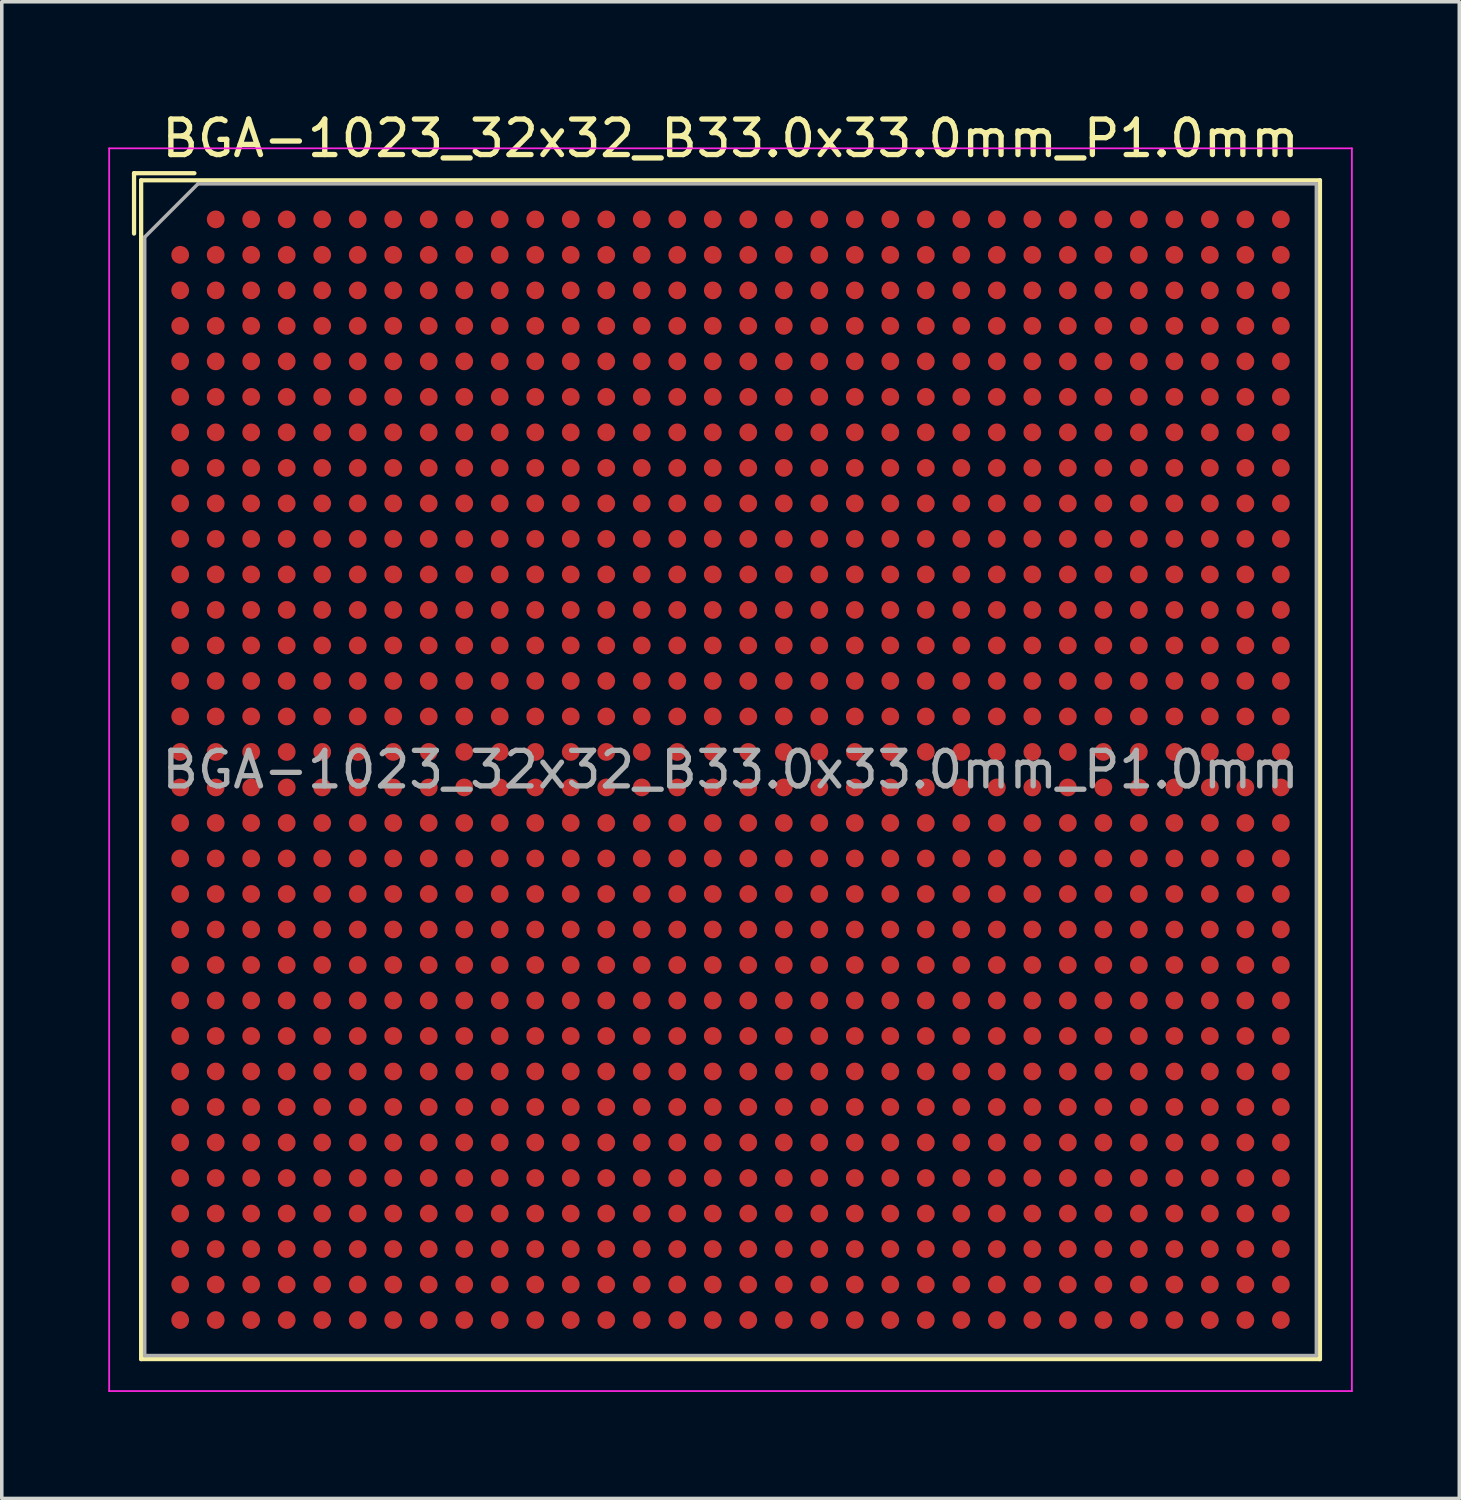
<source format=kicad_pcb>
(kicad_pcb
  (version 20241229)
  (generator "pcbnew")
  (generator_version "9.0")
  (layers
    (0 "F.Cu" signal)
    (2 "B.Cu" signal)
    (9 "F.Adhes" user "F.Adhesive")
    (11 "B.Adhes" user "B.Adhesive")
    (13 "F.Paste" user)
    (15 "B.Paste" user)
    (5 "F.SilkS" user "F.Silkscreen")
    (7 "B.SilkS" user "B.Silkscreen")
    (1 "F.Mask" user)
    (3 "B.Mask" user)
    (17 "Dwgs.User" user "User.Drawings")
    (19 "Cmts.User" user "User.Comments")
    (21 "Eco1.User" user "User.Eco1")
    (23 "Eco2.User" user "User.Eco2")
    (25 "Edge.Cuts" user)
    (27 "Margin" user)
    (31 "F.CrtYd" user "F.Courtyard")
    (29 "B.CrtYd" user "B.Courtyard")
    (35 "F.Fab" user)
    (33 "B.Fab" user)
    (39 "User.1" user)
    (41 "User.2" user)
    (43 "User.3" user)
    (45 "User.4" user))
  (footprint "BGA-1023_32x32_B33.0x33.0mm_P1.0mm"
    (layer "F.Cu")
    (at 17.525 18.628)
    (property "Reference" "BGA-1023_32x32_B33.0x33.0mm_P1.0mm" (at 0 -17.78 0) (layer "F.SilkS") (effects (font (size 1 1) (thickness 0.15))))
    (attr smd)
    (fp_line (start -16.8 -16.8) (end -15.1 -16.8) (stroke (width 0.12) (type solid)) (layer "F.SilkS"))
    (fp_line (start -16.8 -15.1) (end -16.8 -16.8) (stroke (width 0.12) (type solid)) (layer "F.SilkS"))
    (fp_line (start -16.6 -16.6) (end -16.6 16.6) (stroke (width 0.12) (type solid)) (layer "F.SilkS"))
    (fp_line (start -16.6 16.6) (end 16.6 16.6) (stroke (width 0.12) (type solid)) (layer "F.SilkS"))
    (fp_line (start 16.6 -16.6) (end -16.6 -16.6) (stroke (width 0.12) (type solid)) (layer "F.SilkS"))
    (fp_line (start 16.6 16.6) (end 16.6 -16.6) (stroke (width 0.12) (type solid)) (layer "F.SilkS"))
    (fp_line (start -17.5 -17.5) (end -17.5 17.5) (stroke (width 0.05) (type solid)) (layer "F.CrtYd"))
    (fp_line (start -17.5 -17.5) (end 17.5 -17.5) (stroke (width 0.05) (type solid)) (layer "F.CrtYd"))
    (fp_line (start 17.5 17.5) (end -17.5 17.5) (stroke (width 0.05) (type solid)) (layer "F.CrtYd"))
    (fp_line (start 17.5 17.5) (end 17.5 -17.5) (stroke (width 0.05) (type solid)) (layer "F.CrtYd"))
    (fp_line (start -16.5 -15) (end -15 -16.5) (stroke (width 0.1) (type solid)) (layer "F.Fab"))
    (fp_line (start -16.5 16.5) (end -16.5 -15) (stroke (width 0.1) (type solid)) (layer "F.Fab"))
    (fp_line (start -15 -16.5) (end 16.5 -16.5) (stroke (width 0.1) (type solid)) (layer "F.Fab"))
    (fp_line (start 16.5 -16.5) (end 16.5 16.5) (stroke (width 0.1) (type solid)) (layer "F.Fab"))
    (fp_line (start 16.5 16.5) (end -16.5 16.5) (stroke (width 0.1) (type solid)) (layer "F.Fab"))
    (fp_text user "${REFERENCE}" (at 0 0 0) (layer "F.Fab") (effects (font (size 1 1) (thickness 0.15))))
    (pad "A2" smd circle (at -14.5 -15.5) (size 0.5 0.5) (layers "F.Cu" "F.Mask" "F.Paste"))
    (pad "A3" smd circle (at -13.5 -15.5) (size 0.5 0.5) (layers "F.Cu" "F.Mask" "F.Paste"))
    (pad "A4" smd circle (at -12.5 -15.5) (size 0.5 0.5) (layers "F.Cu" "F.Mask" "F.Paste"))
    (pad "A5" smd circle (at -11.5 -15.5) (size 0.5 0.5) (layers "F.Cu" "F.Mask" "F.Paste"))
    (pad "A6" smd circle (at -10.5 -15.5) (size 0.5 0.5) (layers "F.Cu" "F.Mask" "F.Paste"))
    (pad "A7" smd circle (at -9.5 -15.5) (size 0.5 0.5) (layers "F.Cu" "F.Mask" "F.Paste"))
    (pad "A8" smd circle (at -8.5 -15.5) (size 0.5 0.5) (layers "F.Cu" "F.Mask" "F.Paste"))
    (pad "A9" smd circle (at -7.5 -15.5) (size 0.5 0.5) (layers "F.Cu" "F.Mask" "F.Paste"))
    (pad "A10" smd circle (at -6.5 -15.5) (size 0.5 0.5) (layers "F.Cu" "F.Mask" "F.Paste"))
    (pad "A11" smd circle (at -5.5 -15.5) (size 0.5 0.5) (layers "F.Cu" "F.Mask" "F.Paste"))
    (pad "A12" smd circle (at -4.5 -15.5) (size 0.5 0.5) (layers "F.Cu" "F.Mask" "F.Paste"))
    (pad "A13" smd circle (at -3.5 -15.5) (size 0.5 0.5) (layers "F.Cu" "F.Mask" "F.Paste"))
    (pad "A14" smd circle (at -2.5 -15.5) (size 0.5 0.5) (layers "F.Cu" "F.Mask" "F.Paste"))
    (pad "A15" smd circle (at -1.5 -15.5) (size 0.5 0.5) (layers "F.Cu" "F.Mask" "F.Paste"))
    (pad "A16" smd circle (at -0.5 -15.5) (size 0.5 0.5) (layers "F.Cu" "F.Mask" "F.Paste"))
    (pad "A17" smd circle (at 0.5 -15.5) (size 0.5 0.5) (layers "F.Cu" "F.Mask" "F.Paste"))
    (pad "A18" smd circle (at 1.5 -15.5) (size 0.5 0.5) (layers "F.Cu" "F.Mask" "F.Paste"))
    (pad "A19" smd circle (at 2.5 -15.5) (size 0.5 0.5) (layers "F.Cu" "F.Mask" "F.Paste"))
    (pad "A20" smd circle (at 3.5 -15.5) (size 0.5 0.5) (layers "F.Cu" "F.Mask" "F.Paste"))
    (pad "A21" smd circle (at 4.5 -15.5) (size 0.5 0.5) (layers "F.Cu" "F.Mask" "F.Paste"))
    (pad "A22" smd circle (at 5.5 -15.5) (size 0.5 0.5) (layers "F.Cu" "F.Mask" "F.Paste"))
    (pad "A23" smd circle (at 6.5 -15.5) (size 0.5 0.5) (layers "F.Cu" "F.Mask" "F.Paste"))
    (pad "A24" smd circle (at 7.5 -15.5) (size 0.5 0.5) (layers "F.Cu" "F.Mask" "F.Paste"))
    (pad "A25" smd circle (at 8.5 -15.5) (size 0.5 0.5) (layers "F.Cu" "F.Mask" "F.Paste"))
    (pad "A26" smd circle (at 9.5 -15.5) (size 0.5 0.5) (layers "F.Cu" "F.Mask" "F.Paste"))
    (pad "A27" smd circle (at 10.5 -15.5) (size 0.5 0.5) (layers "F.Cu" "F.Mask" "F.Paste"))
    (pad "A28" smd circle (at 11.5 -15.5) (size 0.5 0.5) (layers "F.Cu" "F.Mask" "F.Paste"))
    (pad "A29" smd circle (at 12.5 -15.5) (size 0.5 0.5) (layers "F.Cu" "F.Mask" "F.Paste"))
    (pad "A30" smd circle (at 13.5 -15.5) (size 0.5 0.5) (layers "F.Cu" "F.Mask" "F.Paste"))
    (pad "A31" smd circle (at 14.5 -15.5) (size 0.5 0.5) (layers "F.Cu" "F.Mask" "F.Paste"))
    (pad "A32" smd circle (at 15.5 -15.5) (size 0.5 0.5) (layers "F.Cu" "F.Mask" "F.Paste"))
    (pad "AA1" smd circle (at -15.5 4.5) (size 0.5 0.5) (layers "F.Cu" "F.Mask" "F.Paste"))
    (pad "AA2" smd circle (at -14.5 4.5) (size 0.5 0.5) (layers "F.Cu" "F.Mask" "F.Paste"))
    (pad "AA3" smd circle (at -13.5 4.5) (size 0.5 0.5) (layers "F.Cu" "F.Mask" "F.Paste"))
    (pad "AA4" smd circle (at -12.5 4.5) (size 0.5 0.5) (layers "F.Cu" "F.Mask" "F.Paste"))
    (pad "AA5" smd circle (at -11.5 4.5) (size 0.5 0.5) (layers "F.Cu" "F.Mask" "F.Paste"))
    (pad "AA6" smd circle (at -10.5 4.5) (size 0.5 0.5) (layers "F.Cu" "F.Mask" "F.Paste"))
    (pad "AA7" smd circle (at -9.5 4.5) (size 0.5 0.5) (layers "F.Cu" "F.Mask" "F.Paste"))
    (pad "AA8" smd circle (at -8.5 4.5) (size 0.5 0.5) (layers "F.Cu" "F.Mask" "F.Paste"))
    (pad "AA9" smd circle (at -7.5 4.5) (size 0.5 0.5) (layers "F.Cu" "F.Mask" "F.Paste"))
    (pad "AA10" smd circle (at -6.5 4.5) (size 0.5 0.5) (layers "F.Cu" "F.Mask" "F.Paste"))
    (pad "AA11" smd circle (at -5.5 4.5) (size 0.5 0.5) (layers "F.Cu" "F.Mask" "F.Paste"))
    (pad "AA12" smd circle (at -4.5 4.5) (size 0.5 0.5) (layers "F.Cu" "F.Mask" "F.Paste"))
    (pad "AA13" smd circle (at -3.5 4.5) (size 0.5 0.5) (layers "F.Cu" "F.Mask" "F.Paste"))
    (pad "AA14" smd circle (at -2.5 4.5) (size 0.5 0.5) (layers "F.Cu" "F.Mask" "F.Paste"))
    (pad "AA15" smd circle (at -1.5 4.5) (size 0.5 0.5) (layers "F.Cu" "F.Mask" "F.Paste"))
    (pad "AA16" smd circle (at -0.5 4.5) (size 0.5 0.5) (layers "F.Cu" "F.Mask" "F.Paste"))
    (pad "AA17" smd circle (at 0.5 4.5) (size 0.5 0.5) (layers "F.Cu" "F.Mask" "F.Paste"))
    (pad "AA18" smd circle (at 1.5 4.5) (size 0.5 0.5) (layers "F.Cu" "F.Mask" "F.Paste"))
    (pad "AA19" smd circle (at 2.5 4.5) (size 0.5 0.5) (layers "F.Cu" "F.Mask" "F.Paste"))
    (pad "AA20" smd circle (at 3.5 4.5) (size 0.5 0.5) (layers "F.Cu" "F.Mask" "F.Paste"))
    (pad "AA21" smd circle (at 4.5 4.5) (size 0.5 0.5) (layers "F.Cu" "F.Mask" "F.Paste"))
    (pad "AA22" smd circle (at 5.5 4.5) (size 0.5 0.5) (layers "F.Cu" "F.Mask" "F.Paste"))
    (pad "AA23" smd circle (at 6.5 4.5) (size 0.5 0.5) (layers "F.Cu" "F.Mask" "F.Paste"))
    (pad "AA24" smd circle (at 7.5 4.5) (size 0.5 0.5) (layers "F.Cu" "F.Mask" "F.Paste"))
    (pad "AA25" smd circle (at 8.5 4.5) (size 0.5 0.5) (layers "F.Cu" "F.Mask" "F.Paste"))
    (pad "AA26" smd circle (at 9.5 4.5) (size 0.5 0.5) (layers "F.Cu" "F.Mask" "F.Paste"))
    (pad "AA27" smd circle (at 10.5 4.5) (size 0.5 0.5) (layers "F.Cu" "F.Mask" "F.Paste"))
    (pad "AA28" smd circle (at 11.5 4.5) (size 0.5 0.5) (layers "F.Cu" "F.Mask" "F.Paste"))
    (pad "AA29" smd circle (at 12.5 4.5) (size 0.5 0.5) (layers "F.Cu" "F.Mask" "F.Paste"))
    (pad "AA30" smd circle (at 13.5 4.5) (size 0.5 0.5) (layers "F.Cu" "F.Mask" "F.Paste"))
    (pad "AA31" smd circle (at 14.5 4.5) (size 0.5 0.5) (layers "F.Cu" "F.Mask" "F.Paste"))
    (pad "AA32" smd circle (at 15.5 4.5) (size 0.5 0.5) (layers "F.Cu" "F.Mask" "F.Paste"))
    (pad "AB1" smd circle (at -15.5 5.5) (size 0.5 0.5) (layers "F.Cu" "F.Mask" "F.Paste"))
    (pad "AB2" smd circle (at -14.5 5.5) (size 0.5 0.5) (layers "F.Cu" "F.Mask" "F.Paste"))
    (pad "AB3" smd circle (at -13.5 5.5) (size 0.5 0.5) (layers "F.Cu" "F.Mask" "F.Paste"))
    (pad "AB4" smd circle (at -12.5 5.5) (size 0.5 0.5) (layers "F.Cu" "F.Mask" "F.Paste"))
    (pad "AB5" smd circle (at -11.5 5.5) (size 0.5 0.5) (layers "F.Cu" "F.Mask" "F.Paste"))
    (pad "AB6" smd circle (at -10.5 5.5) (size 0.5 0.5) (layers "F.Cu" "F.Mask" "F.Paste"))
    (pad "AB7" smd circle (at -9.5 5.5) (size 0.5 0.5) (layers "F.Cu" "F.Mask" "F.Paste"))
    (pad "AB8" smd circle (at -8.5 5.5) (size 0.5 0.5) (layers "F.Cu" "F.Mask" "F.Paste"))
    (pad "AB9" smd circle (at -7.5 5.5) (size 0.5 0.5) (layers "F.Cu" "F.Mask" "F.Paste"))
    (pad "AB10" smd circle (at -6.5 5.5) (size 0.5 0.5) (layers "F.Cu" "F.Mask" "F.Paste"))
    (pad "AB11" smd circle (at -5.5 5.5) (size 0.5 0.5) (layers "F.Cu" "F.Mask" "F.Paste"))
    (pad "AB12" smd circle (at -4.5 5.5) (size 0.5 0.5) (layers "F.Cu" "F.Mask" "F.Paste"))
    (pad "AB13" smd circle (at -3.5 5.5) (size 0.5 0.5) (layers "F.Cu" "F.Mask" "F.Paste"))
    (pad "AB14" smd circle (at -2.5 5.5) (size 0.5 0.5) (layers "F.Cu" "F.Mask" "F.Paste"))
    (pad "AB15" smd circle (at -1.5 5.5) (size 0.5 0.5) (layers "F.Cu" "F.Mask" "F.Paste"))
    (pad "AB16" smd circle (at -0.5 5.5) (size 0.5 0.5) (layers "F.Cu" "F.Mask" "F.Paste"))
    (pad "AB17" smd circle (at 0.5 5.5) (size 0.5 0.5) (layers "F.Cu" "F.Mask" "F.Paste"))
    (pad "AB18" smd circle (at 1.5 5.5) (size 0.5 0.5) (layers "F.Cu" "F.Mask" "F.Paste"))
    (pad "AB19" smd circle (at 2.5 5.5) (size 0.5 0.5) (layers "F.Cu" "F.Mask" "F.Paste"))
    (pad "AB20" smd circle (at 3.5 5.5) (size 0.5 0.5) (layers "F.Cu" "F.Mask" "F.Paste"))
    (pad "AB21" smd circle (at 4.5 5.5) (size 0.5 0.5) (layers "F.Cu" "F.Mask" "F.Paste"))
    (pad "AB22" smd circle (at 5.5 5.5) (size 0.5 0.5) (layers "F.Cu" "F.Mask" "F.Paste"))
    (pad "AB23" smd circle (at 6.5 5.5) (size 0.5 0.5) (layers "F.Cu" "F.Mask" "F.Paste"))
    (pad "AB24" smd circle (at 7.5 5.5) (size 0.5 0.5) (layers "F.Cu" "F.Mask" "F.Paste"))
    (pad "AB25" smd circle (at 8.5 5.5) (size 0.5 0.5) (layers "F.Cu" "F.Mask" "F.Paste"))
    (pad "AB26" smd circle (at 9.5 5.5) (size 0.5 0.5) (layers "F.Cu" "F.Mask" "F.Paste"))
    (pad "AB27" smd circle (at 10.5 5.5) (size 0.5 0.5) (layers "F.Cu" "F.Mask" "F.Paste"))
    (pad "AB28" smd circle (at 11.5 5.5) (size 0.5 0.5) (layers "F.Cu" "F.Mask" "F.Paste"))
    (pad "AB29" smd circle (at 12.5 5.5) (size 0.5 0.5) (layers "F.Cu" "F.Mask" "F.Paste"))
    (pad "AB30" smd circle (at 13.5 5.5) (size 0.5 0.5) (layers "F.Cu" "F.Mask" "F.Paste"))
    (pad "AB31" smd circle (at 14.5 5.5) (size 0.5 0.5) (layers "F.Cu" "F.Mask" "F.Paste"))
    (pad "AB32" smd circle (at 15.5 5.5) (size 0.5 0.5) (layers "F.Cu" "F.Mask" "F.Paste"))
    (pad "AC1" smd circle (at -15.5 6.5) (size 0.5 0.5) (layers "F.Cu" "F.Mask" "F.Paste"))
    (pad "AC2" smd circle (at -14.5 6.5) (size 0.5 0.5) (layers "F.Cu" "F.Mask" "F.Paste"))
    (pad "AC3" smd circle (at -13.5 6.5) (size 0.5 0.5) (layers "F.Cu" "F.Mask" "F.Paste"))
    (pad "AC4" smd circle (at -12.5 6.5) (size 0.5 0.5) (layers "F.Cu" "F.Mask" "F.Paste"))
    (pad "AC5" smd circle (at -11.5 6.5) (size 0.5 0.5) (layers "F.Cu" "F.Mask" "F.Paste"))
    (pad "AC6" smd circle (at -10.5 6.5) (size 0.5 0.5) (layers "F.Cu" "F.Mask" "F.Paste"))
    (pad "AC7" smd circle (at -9.5 6.5) (size 0.5 0.5) (layers "F.Cu" "F.Mask" "F.Paste"))
    (pad "AC8" smd circle (at -8.5 6.5) (size 0.5 0.5) (layers "F.Cu" "F.Mask" "F.Paste"))
    (pad "AC9" smd circle (at -7.5 6.5) (size 0.5 0.5) (layers "F.Cu" "F.Mask" "F.Paste"))
    (pad "AC10" smd circle (at -6.5 6.5) (size 0.5 0.5) (layers "F.Cu" "F.Mask" "F.Paste"))
    (pad "AC11" smd circle (at -5.5 6.5) (size 0.5 0.5) (layers "F.Cu" "F.Mask" "F.Paste"))
    (pad "AC12" smd circle (at -4.5 6.5) (size 0.5 0.5) (layers "F.Cu" "F.Mask" "F.Paste"))
    (pad "AC13" smd circle (at -3.5 6.5) (size 0.5 0.5) (layers "F.Cu" "F.Mask" "F.Paste"))
    (pad "AC14" smd circle (at -2.5 6.5) (size 0.5 0.5) (layers "F.Cu" "F.Mask" "F.Paste"))
    (pad "AC15" smd circle (at -1.5 6.5) (size 0.5 0.5) (layers "F.Cu" "F.Mask" "F.Paste"))
    (pad "AC16" smd circle (at -0.5 6.5) (size 0.5 0.5) (layers "F.Cu" "F.Mask" "F.Paste"))
    (pad "AC17" smd circle (at 0.5 6.5) (size 0.5 0.5) (layers "F.Cu" "F.Mask" "F.Paste"))
    (pad "AC18" smd circle (at 1.5 6.5) (size 0.5 0.5) (layers "F.Cu" "F.Mask" "F.Paste"))
    (pad "AC19" smd circle (at 2.5 6.5) (size 0.5 0.5) (layers "F.Cu" "F.Mask" "F.Paste"))
    (pad "AC20" smd circle (at 3.5 6.5) (size 0.5 0.5) (layers "F.Cu" "F.Mask" "F.Paste"))
    (pad "AC21" smd circle (at 4.5 6.5) (size 0.5 0.5) (layers "F.Cu" "F.Mask" "F.Paste"))
    (pad "AC22" smd circle (at 5.5 6.5) (size 0.5 0.5) (layers "F.Cu" "F.Mask" "F.Paste"))
    (pad "AC23" smd circle (at 6.5 6.5) (size 0.5 0.5) (layers "F.Cu" "F.Mask" "F.Paste"))
    (pad "AC24" smd circle (at 7.5 6.5) (size 0.5 0.5) (layers "F.Cu" "F.Mask" "F.Paste"))
    (pad "AC25" smd circle (at 8.5 6.5) (size 0.5 0.5) (layers "F.Cu" "F.Mask" "F.Paste"))
    (pad "AC26" smd circle (at 9.5 6.5) (size 0.5 0.5) (layers "F.Cu" "F.Mask" "F.Paste"))
    (pad "AC27" smd circle (at 10.5 6.5) (size 0.5 0.5) (layers "F.Cu" "F.Mask" "F.Paste"))
    (pad "AC28" smd circle (at 11.5 6.5) (size 0.5 0.5) (layers "F.Cu" "F.Mask" "F.Paste"))
    (pad "AC29" smd circle (at 12.5 6.5) (size 0.5 0.5) (layers "F.Cu" "F.Mask" "F.Paste"))
    (pad "AC30" smd circle (at 13.5 6.5) (size 0.5 0.5) (layers "F.Cu" "F.Mask" "F.Paste"))
    (pad "AC31" smd circle (at 14.5 6.5) (size 0.5 0.5) (layers "F.Cu" "F.Mask" "F.Paste"))
    (pad "AC32" smd circle (at 15.5 6.5) (size 0.5 0.5) (layers "F.Cu" "F.Mask" "F.Paste"))
    (pad "AD1" smd circle (at -15.5 7.5) (size 0.5 0.5) (layers "F.Cu" "F.Mask" "F.Paste"))
    (pad "AD2" smd circle (at -14.5 7.5) (size 0.5 0.5) (layers "F.Cu" "F.Mask" "F.Paste"))
    (pad "AD3" smd circle (at -13.5 7.5) (size 0.5 0.5) (layers "F.Cu" "F.Mask" "F.Paste"))
    (pad "AD4" smd circle (at -12.5 7.5) (size 0.5 0.5) (layers "F.Cu" "F.Mask" "F.Paste"))
    (pad "AD5" smd circle (at -11.5 7.5) (size 0.5 0.5) (layers "F.Cu" "F.Mask" "F.Paste"))
    (pad "AD6" smd circle (at -10.5 7.5) (size 0.5 0.5) (layers "F.Cu" "F.Mask" "F.Paste"))
    (pad "AD7" smd circle (at -9.5 7.5) (size 0.5 0.5) (layers "F.Cu" "F.Mask" "F.Paste"))
    (pad "AD8" smd circle (at -8.5 7.5) (size 0.5 0.5) (layers "F.Cu" "F.Mask" "F.Paste"))
    (pad "AD9" smd circle (at -7.5 7.5) (size 0.5 0.5) (layers "F.Cu" "F.Mask" "F.Paste"))
    (pad "AD10" smd circle (at -6.5 7.5) (size 0.5 0.5) (layers "F.Cu" "F.Mask" "F.Paste"))
    (pad "AD11" smd circle (at -5.5 7.5) (size 0.5 0.5) (layers "F.Cu" "F.Mask" "F.Paste"))
    (pad "AD12" smd circle (at -4.5 7.5) (size 0.5 0.5) (layers "F.Cu" "F.Mask" "F.Paste"))
    (pad "AD13" smd circle (at -3.5 7.5) (size 0.5 0.5) (layers "F.Cu" "F.Mask" "F.Paste"))
    (pad "AD14" smd circle (at -2.5 7.5) (size 0.5 0.5) (layers "F.Cu" "F.Mask" "F.Paste"))
    (pad "AD15" smd circle (at -1.5 7.5) (size 0.5 0.5) (layers "F.Cu" "F.Mask" "F.Paste"))
    (pad "AD16" smd circle (at -0.5 7.5) (size 0.5 0.5) (layers "F.Cu" "F.Mask" "F.Paste"))
    (pad "AD17" smd circle (at 0.5 7.5) (size 0.5 0.5) (layers "F.Cu" "F.Mask" "F.Paste"))
    (pad "AD18" smd circle (at 1.5 7.5) (size 0.5 0.5) (layers "F.Cu" "F.Mask" "F.Paste"))
    (pad "AD19" smd circle (at 2.5 7.5) (size 0.5 0.5) (layers "F.Cu" "F.Mask" "F.Paste"))
    (pad "AD20" smd circle (at 3.5 7.5) (size 0.5 0.5) (layers "F.Cu" "F.Mask" "F.Paste"))
    (pad "AD21" smd circle (at 4.5 7.5) (size 0.5 0.5) (layers "F.Cu" "F.Mask" "F.Paste"))
    (pad "AD22" smd circle (at 5.5 7.5) (size 0.5 0.5) (layers "F.Cu" "F.Mask" "F.Paste"))
    (pad "AD23" smd circle (at 6.5 7.5) (size 0.5 0.5) (layers "F.Cu" "F.Mask" "F.Paste"))
    (pad "AD24" smd circle (at 7.5 7.5) (size 0.5 0.5) (layers "F.Cu" "F.Mask" "F.Paste"))
    (pad "AD25" smd circle (at 8.5 7.5) (size 0.5 0.5) (layers "F.Cu" "F.Mask" "F.Paste"))
    (pad "AD26" smd circle (at 9.5 7.5) (size 0.5 0.5) (layers "F.Cu" "F.Mask" "F.Paste"))
    (pad "AD27" smd circle (at 10.5 7.5) (size 0.5 0.5) (layers "F.Cu" "F.Mask" "F.Paste"))
    (pad "AD28" smd circle (at 11.5 7.5) (size 0.5 0.5) (layers "F.Cu" "F.Mask" "F.Paste"))
    (pad "AD29" smd circle (at 12.5 7.5) (size 0.5 0.5) (layers "F.Cu" "F.Mask" "F.Paste"))
    (pad "AD30" smd circle (at 13.5 7.5) (size 0.5 0.5) (layers "F.Cu" "F.Mask" "F.Paste"))
    (pad "AD31" smd circle (at 14.5 7.5) (size 0.5 0.5) (layers "F.Cu" "F.Mask" "F.Paste"))
    (pad "AD32" smd circle (at 15.5 7.5) (size 0.5 0.5) (layers "F.Cu" "F.Mask" "F.Paste"))
    (pad "AE1" smd circle (at -15.5 8.5) (size 0.5 0.5) (layers "F.Cu" "F.Mask" "F.Paste"))
    (pad "AE2" smd circle (at -14.5 8.5) (size 0.5 0.5) (layers "F.Cu" "F.Mask" "F.Paste"))
    (pad "AE3" smd circle (at -13.5 8.5) (size 0.5 0.5) (layers "F.Cu" "F.Mask" "F.Paste"))
    (pad "AE4" smd circle (at -12.5 8.5) (size 0.5 0.5) (layers "F.Cu" "F.Mask" "F.Paste"))
    (pad "AE5" smd circle (at -11.5 8.5) (size 0.5 0.5) (layers "F.Cu" "F.Mask" "F.Paste"))
    (pad "AE6" smd circle (at -10.5 8.5) (size 0.5 0.5) (layers "F.Cu" "F.Mask" "F.Paste"))
    (pad "AE7" smd circle (at -9.5 8.5) (size 0.5 0.5) (layers "F.Cu" "F.Mask" "F.Paste"))
    (pad "AE8" smd circle (at -8.5 8.5) (size 0.5 0.5) (layers "F.Cu" "F.Mask" "F.Paste"))
    (pad "AE9" smd circle (at -7.5 8.5) (size 0.5 0.5) (layers "F.Cu" "F.Mask" "F.Paste"))
    (pad "AE10" smd circle (at -6.5 8.5) (size 0.5 0.5) (layers "F.Cu" "F.Mask" "F.Paste"))
    (pad "AE11" smd circle (at -5.5 8.5) (size 0.5 0.5) (layers "F.Cu" "F.Mask" "F.Paste"))
    (pad "AE12" smd circle (at -4.5 8.5) (size 0.5 0.5) (layers "F.Cu" "F.Mask" "F.Paste"))
    (pad "AE13" smd circle (at -3.5 8.5) (size 0.5 0.5) (layers "F.Cu" "F.Mask" "F.Paste"))
    (pad "AE14" smd circle (at -2.5 8.5) (size 0.5 0.5) (layers "F.Cu" "F.Mask" "F.Paste"))
    (pad "AE15" smd circle (at -1.5 8.5) (size 0.5 0.5) (layers "F.Cu" "F.Mask" "F.Paste"))
    (pad "AE16" smd circle (at -0.5 8.5) (size 0.5 0.5) (layers "F.Cu" "F.Mask" "F.Paste"))
    (pad "AE17" smd circle (at 0.5 8.5) (size 0.5 0.5) (layers "F.Cu" "F.Mask" "F.Paste"))
    (pad "AE18" smd circle (at 1.5 8.5) (size 0.5 0.5) (layers "F.Cu" "F.Mask" "F.Paste"))
    (pad "AE19" smd circle (at 2.5 8.5) (size 0.5 0.5) (layers "F.Cu" "F.Mask" "F.Paste"))
    (pad "AE20" smd circle (at 3.5 8.5) (size 0.5 0.5) (layers "F.Cu" "F.Mask" "F.Paste"))
    (pad "AE21" smd circle (at 4.5 8.5) (size 0.5 0.5) (layers "F.Cu" "F.Mask" "F.Paste"))
    (pad "AE22" smd circle (at 5.5 8.5) (size 0.5 0.5) (layers "F.Cu" "F.Mask" "F.Paste"))
    (pad "AE23" smd circle (at 6.5 8.5) (size 0.5 0.5) (layers "F.Cu" "F.Mask" "F.Paste"))
    (pad "AE24" smd circle (at 7.5 8.5) (size 0.5 0.5) (layers "F.Cu" "F.Mask" "F.Paste"))
    (pad "AE25" smd circle (at 8.5 8.5) (size 0.5 0.5) (layers "F.Cu" "F.Mask" "F.Paste"))
    (pad "AE26" smd circle (at 9.5 8.5) (size 0.5 0.5) (layers "F.Cu" "F.Mask" "F.Paste"))
    (pad "AE27" smd circle (at 10.5 8.5) (size 0.5 0.5) (layers "F.Cu" "F.Mask" "F.Paste"))
    (pad "AE28" smd circle (at 11.5 8.5) (size 0.5 0.5) (layers "F.Cu" "F.Mask" "F.Paste"))
    (pad "AE29" smd circle (at 12.5 8.5) (size 0.5 0.5) (layers "F.Cu" "F.Mask" "F.Paste"))
    (pad "AE30" smd circle (at 13.5 8.5) (size 0.5 0.5) (layers "F.Cu" "F.Mask" "F.Paste"))
    (pad "AE31" smd circle (at 14.5 8.5) (size 0.5 0.5) (layers "F.Cu" "F.Mask" "F.Paste"))
    (pad "AE32" smd circle (at 15.5 8.5) (size 0.5 0.5) (layers "F.Cu" "F.Mask" "F.Paste"))
    (pad "AF1" smd circle (at -15.5 9.5) (size 0.5 0.5) (layers "F.Cu" "F.Mask" "F.Paste"))
    (pad "AF2" smd circle (at -14.5 9.5) (size 0.5 0.5) (layers "F.Cu" "F.Mask" "F.Paste"))
    (pad "AF3" smd circle (at -13.5 9.5) (size 0.5 0.5) (layers "F.Cu" "F.Mask" "F.Paste"))
    (pad "AF4" smd circle (at -12.5 9.5) (size 0.5 0.5) (layers "F.Cu" "F.Mask" "F.Paste"))
    (pad "AF5" smd circle (at -11.5 9.5) (size 0.5 0.5) (layers "F.Cu" "F.Mask" "F.Paste"))
    (pad "AF6" smd circle (at -10.5 9.5) (size 0.5 0.5) (layers "F.Cu" "F.Mask" "F.Paste"))
    (pad "AF7" smd circle (at -9.5 9.5) (size 0.5 0.5) (layers "F.Cu" "F.Mask" "F.Paste"))
    (pad "AF8" smd circle (at -8.5 9.5) (size 0.5 0.5) (layers "F.Cu" "F.Mask" "F.Paste"))
    (pad "AF9" smd circle (at -7.5 9.5) (size 0.5 0.5) (layers "F.Cu" "F.Mask" "F.Paste"))
    (pad "AF10" smd circle (at -6.5 9.5) (size 0.5 0.5) (layers "F.Cu" "F.Mask" "F.Paste"))
    (pad "AF11" smd circle (at -5.5 9.5) (size 0.5 0.5) (layers "F.Cu" "F.Mask" "F.Paste"))
    (pad "AF12" smd circle (at -4.5 9.5) (size 0.5 0.5) (layers "F.Cu" "F.Mask" "F.Paste"))
    (pad "AF13" smd circle (at -3.5 9.5) (size 0.5 0.5) (layers "F.Cu" "F.Mask" "F.Paste"))
    (pad "AF14" smd circle (at -2.5 9.5) (size 0.5 0.5) (layers "F.Cu" "F.Mask" "F.Paste"))
    (pad "AF15" smd circle (at -1.5 9.5) (size 0.5 0.5) (layers "F.Cu" "F.Mask" "F.Paste"))
    (pad "AF16" smd circle (at -0.5 9.5) (size 0.5 0.5) (layers "F.Cu" "F.Mask" "F.Paste"))
    (pad "AF17" smd circle (at 0.5 9.5) (size 0.5 0.5) (layers "F.Cu" "F.Mask" "F.Paste"))
    (pad "AF18" smd circle (at 1.5 9.5) (size 0.5 0.5) (layers "F.Cu" "F.Mask" "F.Paste"))
    (pad "AF19" smd circle (at 2.5 9.5) (size 0.5 0.5) (layers "F.Cu" "F.Mask" "F.Paste"))
    (pad "AF20" smd circle (at 3.5 9.5) (size 0.5 0.5) (layers "F.Cu" "F.Mask" "F.Paste"))
    (pad "AF21" smd circle (at 4.5 9.5) (size 0.5 0.5) (layers "F.Cu" "F.Mask" "F.Paste"))
    (pad "AF22" smd circle (at 5.5 9.5) (size 0.5 0.5) (layers "F.Cu" "F.Mask" "F.Paste"))
    (pad "AF23" smd circle (at 6.5 9.5) (size 0.5 0.5) (layers "F.Cu" "F.Mask" "F.Paste"))
    (pad "AF24" smd circle (at 7.5 9.5) (size 0.5 0.5) (layers "F.Cu" "F.Mask" "F.Paste"))
    (pad "AF25" smd circle (at 8.5 9.5) (size 0.5 0.5) (layers "F.Cu" "F.Mask" "F.Paste"))
    (pad "AF26" smd circle (at 9.5 9.5) (size 0.5 0.5) (layers "F.Cu" "F.Mask" "F.Paste"))
    (pad "AF27" smd circle (at 10.5 9.5) (size 0.5 0.5) (layers "F.Cu" "F.Mask" "F.Paste"))
    (pad "AF28" smd circle (at 11.5 9.5) (size 0.5 0.5) (layers "F.Cu" "F.Mask" "F.Paste"))
    (pad "AF29" smd circle (at 12.5 9.5) (size 0.5 0.5) (layers "F.Cu" "F.Mask" "F.Paste"))
    (pad "AF30" smd circle (at 13.5 9.5) (size 0.5 0.5) (layers "F.Cu" "F.Mask" "F.Paste"))
    (pad "AF31" smd circle (at 14.5 9.5) (size 0.5 0.5) (layers "F.Cu" "F.Mask" "F.Paste"))
    (pad "AF32" smd circle (at 15.5 9.5) (size 0.5 0.5) (layers "F.Cu" "F.Mask" "F.Paste"))
    (pad "AG1" smd circle (at -15.5 10.5) (size 0.5 0.5) (layers "F.Cu" "F.Mask" "F.Paste"))
    (pad "AG2" smd circle (at -14.5 10.5) (size 0.5 0.5) (layers "F.Cu" "F.Mask" "F.Paste"))
    (pad "AG3" smd circle (at -13.5 10.5) (size 0.5 0.5) (layers "F.Cu" "F.Mask" "F.Paste"))
    (pad "AG4" smd circle (at -12.5 10.5) (size 0.5 0.5) (layers "F.Cu" "F.Mask" "F.Paste"))
    (pad "AG5" smd circle (at -11.5 10.5) (size 0.5 0.5) (layers "F.Cu" "F.Mask" "F.Paste"))
    (pad "AG6" smd circle (at -10.5 10.5) (size 0.5 0.5) (layers "F.Cu" "F.Mask" "F.Paste"))
    (pad "AG7" smd circle (at -9.5 10.5) (size 0.5 0.5) (layers "F.Cu" "F.Mask" "F.Paste"))
    (pad "AG8" smd circle (at -8.5 10.5) (size 0.5 0.5) (layers "F.Cu" "F.Mask" "F.Paste"))
    (pad "AG9" smd circle (at -7.5 10.5) (size 0.5 0.5) (layers "F.Cu" "F.Mask" "F.Paste"))
    (pad "AG10" smd circle (at -6.5 10.5) (size 0.5 0.5) (layers "F.Cu" "F.Mask" "F.Paste"))
    (pad "AG11" smd circle (at -5.5 10.5) (size 0.5 0.5) (layers "F.Cu" "F.Mask" "F.Paste"))
    (pad "AG12" smd circle (at -4.5 10.5) (size 0.5 0.5) (layers "F.Cu" "F.Mask" "F.Paste"))
    (pad "AG13" smd circle (at -3.5 10.5) (size 0.5 0.5) (layers "F.Cu" "F.Mask" "F.Paste"))
    (pad "AG14" smd circle (at -2.5 10.5) (size 0.5 0.5) (layers "F.Cu" "F.Mask" "F.Paste"))
    (pad "AG15" smd circle (at -1.5 10.5) (size 0.5 0.5) (layers "F.Cu" "F.Mask" "F.Paste"))
    (pad "AG16" smd circle (at -0.5 10.5) (size 0.5 0.5) (layers "F.Cu" "F.Mask" "F.Paste"))
    (pad "AG17" smd circle (at 0.5 10.5) (size 0.5 0.5) (layers "F.Cu" "F.Mask" "F.Paste"))
    (pad "AG18" smd circle (at 1.5 10.5) (size 0.5 0.5) (layers "F.Cu" "F.Mask" "F.Paste"))
    (pad "AG19" smd circle (at 2.5 10.5) (size 0.5 0.5) (layers "F.Cu" "F.Mask" "F.Paste"))
    (pad "AG20" smd circle (at 3.5 10.5) (size 0.5 0.5) (layers "F.Cu" "F.Mask" "F.Paste"))
    (pad "AG21" smd circle (at 4.5 10.5) (size 0.5 0.5) (layers "F.Cu" "F.Mask" "F.Paste"))
    (pad "AG22" smd circle (at 5.5 10.5) (size 0.5 0.5) (layers "F.Cu" "F.Mask" "F.Paste"))
    (pad "AG23" smd circle (at 6.5 10.5) (size 0.5 0.5) (layers "F.Cu" "F.Mask" "F.Paste"))
    (pad "AG24" smd circle (at 7.5 10.5) (size 0.5 0.5) (layers "F.Cu" "F.Mask" "F.Paste"))
    (pad "AG25" smd circle (at 8.5 10.5) (size 0.5 0.5) (layers "F.Cu" "F.Mask" "F.Paste"))
    (pad "AG26" smd circle (at 9.5 10.5) (size 0.5 0.5) (layers "F.Cu" "F.Mask" "F.Paste"))
    (pad "AG27" smd circle (at 10.5 10.5) (size 0.5 0.5) (layers "F.Cu" "F.Mask" "F.Paste"))
    (pad "AG28" smd circle (at 11.5 10.5) (size 0.5 0.5) (layers "F.Cu" "F.Mask" "F.Paste"))
    (pad "AG29" smd circle (at 12.5 10.5) (size 0.5 0.5) (layers "F.Cu" "F.Mask" "F.Paste"))
    (pad "AG30" smd circle (at 13.5 10.5) (size 0.5 0.5) (layers "F.Cu" "F.Mask" "F.Paste"))
    (pad "AG31" smd circle (at 14.5 10.5) (size 0.5 0.5) (layers "F.Cu" "F.Mask" "F.Paste"))
    (pad "AG32" smd circle (at 15.5 10.5) (size 0.5 0.5) (layers "F.Cu" "F.Mask" "F.Paste"))
    (pad "AH1" smd circle (at -15.5 11.5) (size 0.5 0.5) (layers "F.Cu" "F.Mask" "F.Paste"))
    (pad "AH2" smd circle (at -14.5 11.5) (size 0.5 0.5) (layers "F.Cu" "F.Mask" "F.Paste"))
    (pad "AH3" smd circle (at -13.5 11.5) (size 0.5 0.5) (layers "F.Cu" "F.Mask" "F.Paste"))
    (pad "AH4" smd circle (at -12.5 11.5) (size 0.5 0.5) (layers "F.Cu" "F.Mask" "F.Paste"))
    (pad "AH5" smd circle (at -11.5 11.5) (size 0.5 0.5) (layers "F.Cu" "F.Mask" "F.Paste"))
    (pad "AH6" smd circle (at -10.5 11.5) (size 0.5 0.5) (layers "F.Cu" "F.Mask" "F.Paste"))
    (pad "AH7" smd circle (at -9.5 11.5) (size 0.5 0.5) (layers "F.Cu" "F.Mask" "F.Paste"))
    (pad "AH8" smd circle (at -8.5 11.5) (size 0.5 0.5) (layers "F.Cu" "F.Mask" "F.Paste"))
    (pad "AH9" smd circle (at -7.5 11.5) (size 0.5 0.5) (layers "F.Cu" "F.Mask" "F.Paste"))
    (pad "AH10" smd circle (at -6.5 11.5) (size 0.5 0.5) (layers "F.Cu" "F.Mask" "F.Paste"))
    (pad "AH11" smd circle (at -5.5 11.5) (size 0.5 0.5) (layers "F.Cu" "F.Mask" "F.Paste"))
    (pad "AH12" smd circle (at -4.5 11.5) (size 0.5 0.5) (layers "F.Cu" "F.Mask" "F.Paste"))
    (pad "AH13" smd circle (at -3.5 11.5) (size 0.5 0.5) (layers "F.Cu" "F.Mask" "F.Paste"))
    (pad "AH14" smd circle (at -2.5 11.5) (size 0.5 0.5) (layers "F.Cu" "F.Mask" "F.Paste"))
    (pad "AH15" smd circle (at -1.5 11.5) (size 0.5 0.5) (layers "F.Cu" "F.Mask" "F.Paste"))
    (pad "AH16" smd circle (at -0.5 11.5) (size 0.5 0.5) (layers "F.Cu" "F.Mask" "F.Paste"))
    (pad "AH17" smd circle (at 0.5 11.5) (size 0.5 0.5) (layers "F.Cu" "F.Mask" "F.Paste"))
    (pad "AH18" smd circle (at 1.5 11.5) (size 0.5 0.5) (layers "F.Cu" "F.Mask" "F.Paste"))
    (pad "AH19" smd circle (at 2.5 11.5) (size 0.5 0.5) (layers "F.Cu" "F.Mask" "F.Paste"))
    (pad "AH20" smd circle (at 3.5 11.5) (size 0.5 0.5) (layers "F.Cu" "F.Mask" "F.Paste"))
    (pad "AH21" smd circle (at 4.5 11.5) (size 0.5 0.5) (layers "F.Cu" "F.Mask" "F.Paste"))
    (pad "AH22" smd circle (at 5.5 11.5) (size 0.5 0.5) (layers "F.Cu" "F.Mask" "F.Paste"))
    (pad "AH23" smd circle (at 6.5 11.5) (size 0.5 0.5) (layers "F.Cu" "F.Mask" "F.Paste"))
    (pad "AH24" smd circle (at 7.5 11.5) (size 0.5 0.5) (layers "F.Cu" "F.Mask" "F.Paste"))
    (pad "AH25" smd circle (at 8.5 11.5) (size 0.5 0.5) (layers "F.Cu" "F.Mask" "F.Paste"))
    (pad "AH26" smd circle (at 9.5 11.5) (size 0.5 0.5) (layers "F.Cu" "F.Mask" "F.Paste"))
    (pad "AH27" smd circle (at 10.5 11.5) (size 0.5 0.5) (layers "F.Cu" "F.Mask" "F.Paste"))
    (pad "AH28" smd circle (at 11.5 11.5) (size 0.5 0.5) (layers "F.Cu" "F.Mask" "F.Paste"))
    (pad "AH29" smd circle (at 12.5 11.5) (size 0.5 0.5) (layers "F.Cu" "F.Mask" "F.Paste"))
    (pad "AH30" smd circle (at 13.5 11.5) (size 0.5 0.5) (layers "F.Cu" "F.Mask" "F.Paste"))
    (pad "AH31" smd circle (at 14.5 11.5) (size 0.5 0.5) (layers "F.Cu" "F.Mask" "F.Paste"))
    (pad "AH32" smd circle (at 15.5 11.5) (size 0.5 0.5) (layers "F.Cu" "F.Mask" "F.Paste"))
    (pad "AJ1" smd circle (at -15.5 12.5) (size 0.5 0.5) (layers "F.Cu" "F.Mask" "F.Paste"))
    (pad "AJ2" smd circle (at -14.5 12.5) (size 0.5 0.5) (layers "F.Cu" "F.Mask" "F.Paste"))
    (pad "AJ3" smd circle (at -13.5 12.5) (size 0.5 0.5) (layers "F.Cu" "F.Mask" "F.Paste"))
    (pad "AJ4" smd circle (at -12.5 12.5) (size 0.5 0.5) (layers "F.Cu" "F.Mask" "F.Paste"))
    (pad "AJ5" smd circle (at -11.5 12.5) (size 0.5 0.5) (layers "F.Cu" "F.Mask" "F.Paste"))
    (pad "AJ6" smd circle (at -10.5 12.5) (size 0.5 0.5) (layers "F.Cu" "F.Mask" "F.Paste"))
    (pad "AJ7" smd circle (at -9.5 12.5) (size 0.5 0.5) (layers "F.Cu" "F.Mask" "F.Paste"))
    (pad "AJ8" smd circle (at -8.5 12.5) (size 0.5 0.5) (layers "F.Cu" "F.Mask" "F.Paste"))
    (pad "AJ9" smd circle (at -7.5 12.5) (size 0.5 0.5) (layers "F.Cu" "F.Mask" "F.Paste"))
    (pad "AJ10" smd circle (at -6.5 12.5) (size 0.5 0.5) (layers "F.Cu" "F.Mask" "F.Paste"))
    (pad "AJ11" smd circle (at -5.5 12.5) (size 0.5 0.5) (layers "F.Cu" "F.Mask" "F.Paste"))
    (pad "AJ12" smd circle (at -4.5 12.5) (size 0.5 0.5) (layers "F.Cu" "F.Mask" "F.Paste"))
    (pad "AJ13" smd circle (at -3.5 12.5) (size 0.5 0.5) (layers "F.Cu" "F.Mask" "F.Paste"))
    (pad "AJ14" smd circle (at -2.5 12.5) (size 0.5 0.5) (layers "F.Cu" "F.Mask" "F.Paste"))
    (pad "AJ15" smd circle (at -1.5 12.5) (size 0.5 0.5) (layers "F.Cu" "F.Mask" "F.Paste"))
    (pad "AJ16" smd circle (at -0.5 12.5) (size 0.5 0.5) (layers "F.Cu" "F.Mask" "F.Paste"))
    (pad "AJ17" smd circle (at 0.5 12.5) (size 0.5 0.5) (layers "F.Cu" "F.Mask" "F.Paste"))
    (pad "AJ18" smd circle (at 1.5 12.5) (size 0.5 0.5) (layers "F.Cu" "F.Mask" "F.Paste"))
    (pad "AJ19" smd circle (at 2.5 12.5) (size 0.5 0.5) (layers "F.Cu" "F.Mask" "F.Paste"))
    (pad "AJ20" smd circle (at 3.5 12.5) (size 0.5 0.5) (layers "F.Cu" "F.Mask" "F.Paste"))
    (pad "AJ21" smd circle (at 4.5 12.5) (size 0.5 0.5) (layers "F.Cu" "F.Mask" "F.Paste"))
    (pad "AJ22" smd circle (at 5.5 12.5) (size 0.5 0.5) (layers "F.Cu" "F.Mask" "F.Paste"))
    (pad "AJ23" smd circle (at 6.5 12.5) (size 0.5 0.5) (layers "F.Cu" "F.Mask" "F.Paste"))
    (pad "AJ24" smd circle (at 7.5 12.5) (size 0.5 0.5) (layers "F.Cu" "F.Mask" "F.Paste"))
    (pad "AJ25" smd circle (at 8.5 12.5) (size 0.5 0.5) (layers "F.Cu" "F.Mask" "F.Paste"))
    (pad "AJ26" smd circle (at 9.5 12.5) (size 0.5 0.5) (layers "F.Cu" "F.Mask" "F.Paste"))
    (pad "AJ27" smd circle (at 10.5 12.5) (size 0.5 0.5) (layers "F.Cu" "F.Mask" "F.Paste"))
    (pad "AJ28" smd circle (at 11.5 12.5) (size 0.5 0.5) (layers "F.Cu" "F.Mask" "F.Paste"))
    (pad "AJ29" smd circle (at 12.5 12.5) (size 0.5 0.5) (layers "F.Cu" "F.Mask" "F.Paste"))
    (pad "AJ30" smd circle (at 13.5 12.5) (size 0.5 0.5) (layers "F.Cu" "F.Mask" "F.Paste"))
    (pad "AJ31" smd circle (at 14.5 12.5) (size 0.5 0.5) (layers "F.Cu" "F.Mask" "F.Paste"))
    (pad "AJ32" smd circle (at 15.5 12.5) (size 0.5 0.5) (layers "F.Cu" "F.Mask" "F.Paste"))
    (pad "AK1" smd circle (at -15.5 13.5) (size 0.5 0.5) (layers "F.Cu" "F.Mask" "F.Paste"))
    (pad "AK2" smd circle (at -14.5 13.5) (size 0.5 0.5) (layers "F.Cu" "F.Mask" "F.Paste"))
    (pad "AK3" smd circle (at -13.5 13.5) (size 0.5 0.5) (layers "F.Cu" "F.Mask" "F.Paste"))
    (pad "AK4" smd circle (at -12.5 13.5) (size 0.5 0.5) (layers "F.Cu" "F.Mask" "F.Paste"))
    (pad "AK5" smd circle (at -11.5 13.5) (size 0.5 0.5) (layers "F.Cu" "F.Mask" "F.Paste"))
    (pad "AK6" smd circle (at -10.5 13.5) (size 0.5 0.5) (layers "F.Cu" "F.Mask" "F.Paste"))
    (pad "AK7" smd circle (at -9.5 13.5) (size 0.5 0.5) (layers "F.Cu" "F.Mask" "F.Paste"))
    (pad "AK8" smd circle (at -8.5 13.5) (size 0.5 0.5) (layers "F.Cu" "F.Mask" "F.Paste"))
    (pad "AK9" smd circle (at -7.5 13.5) (size 0.5 0.5) (layers "F.Cu" "F.Mask" "F.Paste"))
    (pad "AK10" smd circle (at -6.5 13.5) (size 0.5 0.5) (layers "F.Cu" "F.Mask" "F.Paste"))
    (pad "AK11" smd circle (at -5.5 13.5) (size 0.5 0.5) (layers "F.Cu" "F.Mask" "F.Paste"))
    (pad "AK12" smd circle (at -4.5 13.5) (size 0.5 0.5) (layers "F.Cu" "F.Mask" "F.Paste"))
    (pad "AK13" smd circle (at -3.5 13.5) (size 0.5 0.5) (layers "F.Cu" "F.Mask" "F.Paste"))
    (pad "AK14" smd circle (at -2.5 13.5) (size 0.5 0.5) (layers "F.Cu" "F.Mask" "F.Paste"))
    (pad "AK15" smd circle (at -1.5 13.5) (size 0.5 0.5) (layers "F.Cu" "F.Mask" "F.Paste"))
    (pad "AK16" smd circle (at -0.5 13.5) (size 0.5 0.5) (layers "F.Cu" "F.Mask" "F.Paste"))
    (pad "AK17" smd circle (at 0.5 13.5) (size 0.5 0.5) (layers "F.Cu" "F.Mask" "F.Paste"))
    (pad "AK18" smd circle (at 1.5 13.5) (size 0.5 0.5) (layers "F.Cu" "F.Mask" "F.Paste"))
    (pad "AK19" smd circle (at 2.5 13.5) (size 0.5 0.5) (layers "F.Cu" "F.Mask" "F.Paste"))
    (pad "AK20" smd circle (at 3.5 13.5) (size 0.5 0.5) (layers "F.Cu" "F.Mask" "F.Paste"))
    (pad "AK21" smd circle (at 4.5 13.5) (size 0.5 0.5) (layers "F.Cu" "F.Mask" "F.Paste"))
    (pad "AK22" smd circle (at 5.5 13.5) (size 0.5 0.5) (layers "F.Cu" "F.Mask" "F.Paste"))
    (pad "AK23" smd circle (at 6.5 13.5) (size 0.5 0.5) (layers "F.Cu" "F.Mask" "F.Paste"))
    (pad "AK24" smd circle (at 7.5 13.5) (size 0.5 0.5) (layers "F.Cu" "F.Mask" "F.Paste"))
    (pad "AK25" smd circle (at 8.5 13.5) (size 0.5 0.5) (layers "F.Cu" "F.Mask" "F.Paste"))
    (pad "AK26" smd circle (at 9.5 13.5) (size 0.5 0.5) (layers "F.Cu" "F.Mask" "F.Paste"))
    (pad "AK27" smd circle (at 10.5 13.5) (size 0.5 0.5) (layers "F.Cu" "F.Mask" "F.Paste"))
    (pad "AK28" smd circle (at 11.5 13.5) (size 0.5 0.5) (layers "F.Cu" "F.Mask" "F.Paste"))
    (pad "AK29" smd circle (at 12.5 13.5) (size 0.5 0.5) (layers "F.Cu" "F.Mask" "F.Paste"))
    (pad "AK30" smd circle (at 13.5 13.5) (size 0.5 0.5) (layers "F.Cu" "F.Mask" "F.Paste"))
    (pad "AK31" smd circle (at 14.5 13.5) (size 0.5 0.5) (layers "F.Cu" "F.Mask" "F.Paste"))
    (pad "AK32" smd circle (at 15.5 13.5) (size 0.5 0.5) (layers "F.Cu" "F.Mask" "F.Paste"))
    (pad "AL1" smd circle (at -15.5 14.5) (size 0.5 0.5) (layers "F.Cu" "F.Mask" "F.Paste"))
    (pad "AL2" smd circle (at -14.5 14.5) (size 0.5 0.5) (layers "F.Cu" "F.Mask" "F.Paste"))
    (pad "AL3" smd circle (at -13.5 14.5) (size 0.5 0.5) (layers "F.Cu" "F.Mask" "F.Paste"))
    (pad "AL4" smd circle (at -12.5 14.5) (size 0.5 0.5) (layers "F.Cu" "F.Mask" "F.Paste"))
    (pad "AL5" smd circle (at -11.5 14.5) (size 0.5 0.5) (layers "F.Cu" "F.Mask" "F.Paste"))
    (pad "AL6" smd circle (at -10.5 14.5) (size 0.5 0.5) (layers "F.Cu" "F.Mask" "F.Paste"))
    (pad "AL7" smd circle (at -9.5 14.5) (size 0.5 0.5) (layers "F.Cu" "F.Mask" "F.Paste"))
    (pad "AL8" smd circle (at -8.5 14.5) (size 0.5 0.5) (layers "F.Cu" "F.Mask" "F.Paste"))
    (pad "AL9" smd circle (at -7.5 14.5) (size 0.5 0.5) (layers "F.Cu" "F.Mask" "F.Paste"))
    (pad "AL10" smd circle (at -6.5 14.5) (size 0.5 0.5) (layers "F.Cu" "F.Mask" "F.Paste"))
    (pad "AL11" smd circle (at -5.5 14.5) (size 0.5 0.5) (layers "F.Cu" "F.Mask" "F.Paste"))
    (pad "AL12" smd circle (at -4.5 14.5) (size 0.5 0.5) (layers "F.Cu" "F.Mask" "F.Paste"))
    (pad "AL13" smd circle (at -3.5 14.5) (size 0.5 0.5) (layers "F.Cu" "F.Mask" "F.Paste"))
    (pad "AL14" smd circle (at -2.5 14.5) (size 0.5 0.5) (layers "F.Cu" "F.Mask" "F.Paste"))
    (pad "AL15" smd circle (at -1.5 14.5) (size 0.5 0.5) (layers "F.Cu" "F.Mask" "F.Paste"))
    (pad "AL16" smd circle (at -0.5 14.5) (size 0.5 0.5) (layers "F.Cu" "F.Mask" "F.Paste"))
    (pad "AL17" smd circle (at 0.5 14.5) (size 0.5 0.5) (layers "F.Cu" "F.Mask" "F.Paste"))
    (pad "AL18" smd circle (at 1.5 14.5) (size 0.5 0.5) (layers "F.Cu" "F.Mask" "F.Paste"))
    (pad "AL19" smd circle (at 2.5 14.5) (size 0.5 0.5) (layers "F.Cu" "F.Mask" "F.Paste"))
    (pad "AL20" smd circle (at 3.5 14.5) (size 0.5 0.5) (layers "F.Cu" "F.Mask" "F.Paste"))
    (pad "AL21" smd circle (at 4.5 14.5) (size 0.5 0.5) (layers "F.Cu" "F.Mask" "F.Paste"))
    (pad "AL22" smd circle (at 5.5 14.5) (size 0.5 0.5) (layers "F.Cu" "F.Mask" "F.Paste"))
    (pad "AL23" smd circle (at 6.5 14.5) (size 0.5 0.5) (layers "F.Cu" "F.Mask" "F.Paste"))
    (pad "AL24" smd circle (at 7.5 14.5) (size 0.5 0.5) (layers "F.Cu" "F.Mask" "F.Paste"))
    (pad "AL25" smd circle (at 8.5 14.5) (size 0.5 0.5) (layers "F.Cu" "F.Mask" "F.Paste"))
    (pad "AL26" smd circle (at 9.5 14.5) (size 0.5 0.5) (layers "F.Cu" "F.Mask" "F.Paste"))
    (pad "AL27" smd circle (at 10.5 14.5) (size 0.5 0.5) (layers "F.Cu" "F.Mask" "F.Paste"))
    (pad "AL28" smd circle (at 11.5 14.5) (size 0.5 0.5) (layers "F.Cu" "F.Mask" "F.Paste"))
    (pad "AL29" smd circle (at 12.5 14.5) (size 0.5 0.5) (layers "F.Cu" "F.Mask" "F.Paste"))
    (pad "AL30" smd circle (at 13.5 14.5) (size 0.5 0.5) (layers "F.Cu" "F.Mask" "F.Paste"))
    (pad "AL31" smd circle (at 14.5 14.5) (size 0.5 0.5) (layers "F.Cu" "F.Mask" "F.Paste"))
    (pad "AL32" smd circle (at 15.5 14.5) (size 0.5 0.5) (layers "F.Cu" "F.Mask" "F.Paste"))
    (pad "AM1" smd circle (at -15.5 15.5) (size 0.5 0.5) (layers "F.Cu" "F.Mask" "F.Paste"))
    (pad "AM2" smd circle (at -14.5 15.5) (size 0.5 0.5) (layers "F.Cu" "F.Mask" "F.Paste"))
    (pad "AM3" smd circle (at -13.5 15.5) (size 0.5 0.5) (layers "F.Cu" "F.Mask" "F.Paste"))
    (pad "AM4" smd circle (at -12.5 15.5) (size 0.5 0.5) (layers "F.Cu" "F.Mask" "F.Paste"))
    (pad "AM5" smd circle (at -11.5 15.5) (size 0.5 0.5) (layers "F.Cu" "F.Mask" "F.Paste"))
    (pad "AM6" smd circle (at -10.5 15.5) (size 0.5 0.5) (layers "F.Cu" "F.Mask" "F.Paste"))
    (pad "AM7" smd circle (at -9.5 15.5) (size 0.5 0.5) (layers "F.Cu" "F.Mask" "F.Paste"))
    (pad "AM8" smd circle (at -8.5 15.5) (size 0.5 0.5) (layers "F.Cu" "F.Mask" "F.Paste"))
    (pad "AM9" smd circle (at -7.5 15.5) (size 0.5 0.5) (layers "F.Cu" "F.Mask" "F.Paste"))
    (pad "AM10" smd circle (at -6.5 15.5) (size 0.5 0.5) (layers "F.Cu" "F.Mask" "F.Paste"))
    (pad "AM11" smd circle (at -5.5 15.5) (size 0.5 0.5) (layers "F.Cu" "F.Mask" "F.Paste"))
    (pad "AM12" smd circle (at -4.5 15.5) (size 0.5 0.5) (layers "F.Cu" "F.Mask" "F.Paste"))
    (pad "AM13" smd circle (at -3.5 15.5) (size 0.5 0.5) (layers "F.Cu" "F.Mask" "F.Paste"))
    (pad "AM14" smd circle (at -2.5 15.5) (size 0.5 0.5) (layers "F.Cu" "F.Mask" "F.Paste"))
    (pad "AM15" smd circle (at -1.5 15.5) (size 0.5 0.5) (layers "F.Cu" "F.Mask" "F.Paste"))
    (pad "AM16" smd circle (at -0.5 15.5) (size 0.5 0.5) (layers "F.Cu" "F.Mask" "F.Paste"))
    (pad "AM17" smd circle (at 0.5 15.5) (size 0.5 0.5) (layers "F.Cu" "F.Mask" "F.Paste"))
    (pad "AM18" smd circle (at 1.5 15.5) (size 0.5 0.5) (layers "F.Cu" "F.Mask" "F.Paste"))
    (pad "AM19" smd circle (at 2.5 15.5) (size 0.5 0.5) (layers "F.Cu" "F.Mask" "F.Paste"))
    (pad "AM20" smd circle (at 3.5 15.5) (size 0.5 0.5) (layers "F.Cu" "F.Mask" "F.Paste"))
    (pad "AM21" smd circle (at 4.5 15.5) (size 0.5 0.5) (layers "F.Cu" "F.Mask" "F.Paste"))
    (pad "AM22" smd circle (at 5.5 15.5) (size 0.5 0.5) (layers "F.Cu" "F.Mask" "F.Paste"))
    (pad "AM23" smd circle (at 6.5 15.5) (size 0.5 0.5) (layers "F.Cu" "F.Mask" "F.Paste"))
    (pad "AM24" smd circle (at 7.5 15.5) (size 0.5 0.5) (layers "F.Cu" "F.Mask" "F.Paste"))
    (pad "AM25" smd circle (at 8.5 15.5) (size 0.5 0.5) (layers "F.Cu" "F.Mask" "F.Paste"))
    (pad "AM26" smd circle (at 9.5 15.5) (size 0.5 0.5) (layers "F.Cu" "F.Mask" "F.Paste"))
    (pad "AM27" smd circle (at 10.5 15.5) (size 0.5 0.5) (layers "F.Cu" "F.Mask" "F.Paste"))
    (pad "AM28" smd circle (at 11.5 15.5) (size 0.5 0.5) (layers "F.Cu" "F.Mask" "F.Paste"))
    (pad "AM29" smd circle (at 12.5 15.5) (size 0.5 0.5) (layers "F.Cu" "F.Mask" "F.Paste"))
    (pad "AM30" smd circle (at 13.5 15.5) (size 0.5 0.5) (layers "F.Cu" "F.Mask" "F.Paste"))
    (pad "AM31" smd circle (at 14.5 15.5) (size 0.5 0.5) (layers "F.Cu" "F.Mask" "F.Paste"))
    (pad "AM32" smd circle (at 15.5 15.5) (size 0.5 0.5) (layers "F.Cu" "F.Mask" "F.Paste"))
    (pad "B1" smd circle (at -15.5 -14.5) (size 0.5 0.5) (layers "F.Cu" "F.Mask" "F.Paste"))
    (pad "B2" smd circle (at -14.5 -14.5) (size 0.5 0.5) (layers "F.Cu" "F.Mask" "F.Paste"))
    (pad "B3" smd circle (at -13.5 -14.5) (size 0.5 0.5) (layers "F.Cu" "F.Mask" "F.Paste"))
    (pad "B4" smd circle (at -12.5 -14.5) (size 0.5 0.5) (layers "F.Cu" "F.Mask" "F.Paste"))
    (pad "B5" smd circle (at -11.5 -14.5) (size 0.5 0.5) (layers "F.Cu" "F.Mask" "F.Paste"))
    (pad "B6" smd circle (at -10.5 -14.5) (size 0.5 0.5) (layers "F.Cu" "F.Mask" "F.Paste"))
    (pad "B7" smd circle (at -9.5 -14.5) (size 0.5 0.5) (layers "F.Cu" "F.Mask" "F.Paste"))
    (pad "B8" smd circle (at -8.5 -14.5) (size 0.5 0.5) (layers "F.Cu" "F.Mask" "F.Paste"))
    (pad "B9" smd circle (at -7.5 -14.5) (size 0.5 0.5) (layers "F.Cu" "F.Mask" "F.Paste"))
    (pad "B10" smd circle (at -6.5 -14.5) (size 0.5 0.5) (layers "F.Cu" "F.Mask" "F.Paste"))
    (pad "B11" smd circle (at -5.5 -14.5) (size 0.5 0.5) (layers "F.Cu" "F.Mask" "F.Paste"))
    (pad "B12" smd circle (at -4.5 -14.5) (size 0.5 0.5) (layers "F.Cu" "F.Mask" "F.Paste"))
    (pad "B13" smd circle (at -3.5 -14.5) (size 0.5 0.5) (layers "F.Cu" "F.Mask" "F.Paste"))
    (pad "B14" smd circle (at -2.5 -14.5) (size 0.5 0.5) (layers "F.Cu" "F.Mask" "F.Paste"))
    (pad "B15" smd circle (at -1.5 -14.5) (size 0.5 0.5) (layers "F.Cu" "F.Mask" "F.Paste"))
    (pad "B16" smd circle (at -0.5 -14.5) (size 0.5 0.5) (layers "F.Cu" "F.Mask" "F.Paste"))
    (pad "B17" smd circle (at 0.5 -14.5) (size 0.5 0.5) (layers "F.Cu" "F.Mask" "F.Paste"))
    (pad "B18" smd circle (at 1.5 -14.5) (size 0.5 0.5) (layers "F.Cu" "F.Mask" "F.Paste"))
    (pad "B19" smd circle (at 2.5 -14.5) (size 0.5 0.5) (layers "F.Cu" "F.Mask" "F.Paste"))
    (pad "B20" smd circle (at 3.5 -14.5) (size 0.5 0.5) (layers "F.Cu" "F.Mask" "F.Paste"))
    (pad "B21" smd circle (at 4.5 -14.5) (size 0.5 0.5) (layers "F.Cu" "F.Mask" "F.Paste"))
    (pad "B22" smd circle (at 5.5 -14.5) (size 0.5 0.5) (layers "F.Cu" "F.Mask" "F.Paste"))
    (pad "B23" smd circle (at 6.5 -14.5) (size 0.5 0.5) (layers "F.Cu" "F.Mask" "F.Paste"))
    (pad "B24" smd circle (at 7.5 -14.5) (size 0.5 0.5) (layers "F.Cu" "F.Mask" "F.Paste"))
    (pad "B25" smd circle (at 8.5 -14.5) (size 0.5 0.5) (layers "F.Cu" "F.Mask" "F.Paste"))
    (pad "B26" smd circle (at 9.5 -14.5) (size 0.5 0.5) (layers "F.Cu" "F.Mask" "F.Paste"))
    (pad "B27" smd circle (at 10.5 -14.5) (size 0.5 0.5) (layers "F.Cu" "F.Mask" "F.Paste"))
    (pad "B28" smd circle (at 11.5 -14.5) (size 0.5 0.5) (layers "F.Cu" "F.Mask" "F.Paste"))
    (pad "B29" smd circle (at 12.5 -14.5) (size 0.5 0.5) (layers "F.Cu" "F.Mask" "F.Paste"))
    (pad "B30" smd circle (at 13.5 -14.5) (size 0.5 0.5) (layers "F.Cu" "F.Mask" "F.Paste"))
    (pad "B31" smd circle (at 14.5 -14.5) (size 0.5 0.5) (layers "F.Cu" "F.Mask" "F.Paste"))
    (pad "B32" smd circle (at 15.5 -14.5) (size 0.5 0.5) (layers "F.Cu" "F.Mask" "F.Paste"))
    (pad "C1" smd circle (at -15.5 -13.5) (size 0.5 0.5) (layers "F.Cu" "F.Mask" "F.Paste"))
    (pad "C2" smd circle (at -14.5 -13.5) (size 0.5 0.5) (layers "F.Cu" "F.Mask" "F.Paste"))
    (pad "C3" smd circle (at -13.5 -13.5) (size 0.5 0.5) (layers "F.Cu" "F.Mask" "F.Paste"))
    (pad "C4" smd circle (at -12.5 -13.5) (size 0.5 0.5) (layers "F.Cu" "F.Mask" "F.Paste"))
    (pad "C5" smd circle (at -11.5 -13.5) (size 0.5 0.5) (layers "F.Cu" "F.Mask" "F.Paste"))
    (pad "C6" smd circle (at -10.5 -13.5) (size 0.5 0.5) (layers "F.Cu" "F.Mask" "F.Paste"))
    (pad "C7" smd circle (at -9.5 -13.5) (size 0.5 0.5) (layers "F.Cu" "F.Mask" "F.Paste"))
    (pad "C8" smd circle (at -8.5 -13.5) (size 0.5 0.5) (layers "F.Cu" "F.Mask" "F.Paste"))
    (pad "C9" smd circle (at -7.5 -13.5) (size 0.5 0.5) (layers "F.Cu" "F.Mask" "F.Paste"))
    (pad "C10" smd circle (at -6.5 -13.5) (size 0.5 0.5) (layers "F.Cu" "F.Mask" "F.Paste"))
    (pad "C11" smd circle (at -5.5 -13.5) (size 0.5 0.5) (layers "F.Cu" "F.Mask" "F.Paste"))
    (pad "C12" smd circle (at -4.5 -13.5) (size 0.5 0.5) (layers "F.Cu" "F.Mask" "F.Paste"))
    (pad "C13" smd circle (at -3.5 -13.5) (size 0.5 0.5) (layers "F.Cu" "F.Mask" "F.Paste"))
    (pad "C14" smd circle (at -2.5 -13.5) (size 0.5 0.5) (layers "F.Cu" "F.Mask" "F.Paste"))
    (pad "C15" smd circle (at -1.5 -13.5) (size 0.5 0.5) (layers "F.Cu" "F.Mask" "F.Paste"))
    (pad "C16" smd circle (at -0.5 -13.5) (size 0.5 0.5) (layers "F.Cu" "F.Mask" "F.Paste"))
    (pad "C17" smd circle (at 0.5 -13.5) (size 0.5 0.5) (layers "F.Cu" "F.Mask" "F.Paste"))
    (pad "C18" smd circle (at 1.5 -13.5) (size 0.5 0.5) (layers "F.Cu" "F.Mask" "F.Paste"))
    (pad "C19" smd circle (at 2.5 -13.5) (size 0.5 0.5) (layers "F.Cu" "F.Mask" "F.Paste"))
    (pad "C20" smd circle (at 3.5 -13.5) (size 0.5 0.5) (layers "F.Cu" "F.Mask" "F.Paste"))
    (pad "C21" smd circle (at 4.5 -13.5) (size 0.5 0.5) (layers "F.Cu" "F.Mask" "F.Paste"))
    (pad "C22" smd circle (at 5.5 -13.5) (size 0.5 0.5) (layers "F.Cu" "F.Mask" "F.Paste"))
    (pad "C23" smd circle (at 6.5 -13.5) (size 0.5 0.5) (layers "F.Cu" "F.Mask" "F.Paste"))
    (pad "C24" smd circle (at 7.5 -13.5) (size 0.5 0.5) (layers "F.Cu" "F.Mask" "F.Paste"))
    (pad "C25" smd circle (at 8.5 -13.5) (size 0.5 0.5) (layers "F.Cu" "F.Mask" "F.Paste"))
    (pad "C26" smd circle (at 9.5 -13.5) (size 0.5 0.5) (layers "F.Cu" "F.Mask" "F.Paste"))
    (pad "C27" smd circle (at 10.5 -13.5) (size 0.5 0.5) (layers "F.Cu" "F.Mask" "F.Paste"))
    (pad "C28" smd circle (at 11.5 -13.5) (size 0.5 0.5) (layers "F.Cu" "F.Mask" "F.Paste"))
    (pad "C29" smd circle (at 12.5 -13.5) (size 0.5 0.5) (layers "F.Cu" "F.Mask" "F.Paste"))
    (pad "C30" smd circle (at 13.5 -13.5) (size 0.5 0.5) (layers "F.Cu" "F.Mask" "F.Paste"))
    (pad "C31" smd circle (at 14.5 -13.5) (size 0.5 0.5) (layers "F.Cu" "F.Mask" "F.Paste"))
    (pad "C32" smd circle (at 15.5 -13.5) (size 0.5 0.5) (layers "F.Cu" "F.Mask" "F.Paste"))
    (pad "D1" smd circle (at -15.5 -12.5) (size 0.5 0.5) (layers "F.Cu" "F.Mask" "F.Paste"))
    (pad "D2" smd circle (at -14.5 -12.5) (size 0.5 0.5) (layers "F.Cu" "F.Mask" "F.Paste"))
    (pad "D3" smd circle (at -13.5 -12.5) (size 0.5 0.5) (layers "F.Cu" "F.Mask" "F.Paste"))
    (pad "D4" smd circle (at -12.5 -12.5) (size 0.5 0.5) (layers "F.Cu" "F.Mask" "F.Paste"))
    (pad "D5" smd circle (at -11.5 -12.5) (size 0.5 0.5) (layers "F.Cu" "F.Mask" "F.Paste"))
    (pad "D6" smd circle (at -10.5 -12.5) (size 0.5 0.5) (layers "F.Cu" "F.Mask" "F.Paste"))
    (pad "D7" smd circle (at -9.5 -12.5) (size 0.5 0.5) (layers "F.Cu" "F.Mask" "F.Paste"))
    (pad "D8" smd circle (at -8.5 -12.5) (size 0.5 0.5) (layers "F.Cu" "F.Mask" "F.Paste"))
    (pad "D9" smd circle (at -7.5 -12.5) (size 0.5 0.5) (layers "F.Cu" "F.Mask" "F.Paste"))
    (pad "D10" smd circle (at -6.5 -12.5) (size 0.5 0.5) (layers "F.Cu" "F.Mask" "F.Paste"))
    (pad "D11" smd circle (at -5.5 -12.5) (size 0.5 0.5) (layers "F.Cu" "F.Mask" "F.Paste"))
    (pad "D12" smd circle (at -4.5 -12.5) (size 0.5 0.5) (layers "F.Cu" "F.Mask" "F.Paste"))
    (pad "D13" smd circle (at -3.5 -12.5) (size 0.5 0.5) (layers "F.Cu" "F.Mask" "F.Paste"))
    (pad "D14" smd circle (at -2.5 -12.5) (size 0.5 0.5) (layers "F.Cu" "F.Mask" "F.Paste"))
    (pad "D15" smd circle (at -1.5 -12.5) (size 0.5 0.5) (layers "F.Cu" "F.Mask" "F.Paste"))
    (pad "D16" smd circle (at -0.5 -12.5) (size 0.5 0.5) (layers "F.Cu" "F.Mask" "F.Paste"))
    (pad "D17" smd circle (at 0.5 -12.5) (size 0.5 0.5) (layers "F.Cu" "F.Mask" "F.Paste"))
    (pad "D18" smd circle (at 1.5 -12.5) (size 0.5 0.5) (layers "F.Cu" "F.Mask" "F.Paste"))
    (pad "D19" smd circle (at 2.5 -12.5) (size 0.5 0.5) (layers "F.Cu" "F.Mask" "F.Paste"))
    (pad "D20" smd circle (at 3.5 -12.5) (size 0.5 0.5) (layers "F.Cu" "F.Mask" "F.Paste"))
    (pad "D21" smd circle (at 4.5 -12.5) (size 0.5 0.5) (layers "F.Cu" "F.Mask" "F.Paste"))
    (pad "D22" smd circle (at 5.5 -12.5) (size 0.5 0.5) (layers "F.Cu" "F.Mask" "F.Paste"))
    (pad "D23" smd circle (at 6.5 -12.5) (size 0.5 0.5) (layers "F.Cu" "F.Mask" "F.Paste"))
    (pad "D24" smd circle (at 7.5 -12.5) (size 0.5 0.5) (layers "F.Cu" "F.Mask" "F.Paste"))
    (pad "D25" smd circle (at 8.5 -12.5) (size 0.5 0.5) (layers "F.Cu" "F.Mask" "F.Paste"))
    (pad "D26" smd circle (at 9.5 -12.5) (size 0.5 0.5) (layers "F.Cu" "F.Mask" "F.Paste"))
    (pad "D27" smd circle (at 10.5 -12.5) (size 0.5 0.5) (layers "F.Cu" "F.Mask" "F.Paste"))
    (pad "D28" smd circle (at 11.5 -12.5) (size 0.5 0.5) (layers "F.Cu" "F.Mask" "F.Paste"))
    (pad "D29" smd circle (at 12.5 -12.5) (size 0.5 0.5) (layers "F.Cu" "F.Mask" "F.Paste"))
    (pad "D30" smd circle (at 13.5 -12.5) (size 0.5 0.5) (layers "F.Cu" "F.Mask" "F.Paste"))
    (pad "D31" smd circle (at 14.5 -12.5) (size 0.5 0.5) (layers "F.Cu" "F.Mask" "F.Paste"))
    (pad "D32" smd circle (at 15.5 -12.5) (size 0.5 0.5) (layers "F.Cu" "F.Mask" "F.Paste"))
    (pad "E1" smd circle (at -15.5 -11.5) (size 0.5 0.5) (layers "F.Cu" "F.Mask" "F.Paste"))
    (pad "E2" smd circle (at -14.5 -11.5) (size 0.5 0.5) (layers "F.Cu" "F.Mask" "F.Paste"))
    (pad "E3" smd circle (at -13.5 -11.5) (size 0.5 0.5) (layers "F.Cu" "F.Mask" "F.Paste"))
    (pad "E4" smd circle (at -12.5 -11.5) (size 0.5 0.5) (layers "F.Cu" "F.Mask" "F.Paste"))
    (pad "E5" smd circle (at -11.5 -11.5) (size 0.5 0.5) (layers "F.Cu" "F.Mask" "F.Paste"))
    (pad "E6" smd circle (at -10.5 -11.5) (size 0.5 0.5) (layers "F.Cu" "F.Mask" "F.Paste"))
    (pad "E7" smd circle (at -9.5 -11.5) (size 0.5 0.5) (layers "F.Cu" "F.Mask" "F.Paste"))
    (pad "E8" smd circle (at -8.5 -11.5) (size 0.5 0.5) (layers "F.Cu" "F.Mask" "F.Paste"))
    (pad "E9" smd circle (at -7.5 -11.5) (size 0.5 0.5) (layers "F.Cu" "F.Mask" "F.Paste"))
    (pad "E10" smd circle (at -6.5 -11.5) (size 0.5 0.5) (layers "F.Cu" "F.Mask" "F.Paste"))
    (pad "E11" smd circle (at -5.5 -11.5) (size 0.5 0.5) (layers "F.Cu" "F.Mask" "F.Paste"))
    (pad "E12" smd circle (at -4.5 -11.5) (size 0.5 0.5) (layers "F.Cu" "F.Mask" "F.Paste"))
    (pad "E13" smd circle (at -3.5 -11.5) (size 0.5 0.5) (layers "F.Cu" "F.Mask" "F.Paste"))
    (pad "E14" smd circle (at -2.5 -11.5) (size 0.5 0.5) (layers "F.Cu" "F.Mask" "F.Paste"))
    (pad "E15" smd circle (at -1.5 -11.5) (size 0.5 0.5) (layers "F.Cu" "F.Mask" "F.Paste"))
    (pad "E16" smd circle (at -0.5 -11.5) (size 0.5 0.5) (layers "F.Cu" "F.Mask" "F.Paste"))
    (pad "E17" smd circle (at 0.5 -11.5) (size 0.5 0.5) (layers "F.Cu" "F.Mask" "F.Paste"))
    (pad "E18" smd circle (at 1.5 -11.5) (size 0.5 0.5) (layers "F.Cu" "F.Mask" "F.Paste"))
    (pad "E19" smd circle (at 2.5 -11.5) (size 0.5 0.5) (layers "F.Cu" "F.Mask" "F.Paste"))
    (pad "E20" smd circle (at 3.5 -11.5) (size 0.5 0.5) (layers "F.Cu" "F.Mask" "F.Paste"))
    (pad "E21" smd circle (at 4.5 -11.5) (size 0.5 0.5) (layers "F.Cu" "F.Mask" "F.Paste"))
    (pad "E22" smd circle (at 5.5 -11.5) (size 0.5 0.5) (layers "F.Cu" "F.Mask" "F.Paste"))
    (pad "E23" smd circle (at 6.5 -11.5) (size 0.5 0.5) (layers "F.Cu" "F.Mask" "F.Paste"))
    (pad "E24" smd circle (at 7.5 -11.5) (size 0.5 0.5) (layers "F.Cu" "F.Mask" "F.Paste"))
    (pad "E25" smd circle (at 8.5 -11.5) (size 0.5 0.5) (layers "F.Cu" "F.Mask" "F.Paste"))
    (pad "E26" smd circle (at 9.5 -11.5) (size 0.5 0.5) (layers "F.Cu" "F.Mask" "F.Paste"))
    (pad "E27" smd circle (at 10.5 -11.5) (size 0.5 0.5) (layers "F.Cu" "F.Mask" "F.Paste"))
    (pad "E28" smd circle (at 11.5 -11.5) (size 0.5 0.5) (layers "F.Cu" "F.Mask" "F.Paste"))
    (pad "E29" smd circle (at 12.5 -11.5) (size 0.5 0.5) (layers "F.Cu" "F.Mask" "F.Paste"))
    (pad "E30" smd circle (at 13.5 -11.5) (size 0.5 0.5) (layers "F.Cu" "F.Mask" "F.Paste"))
    (pad "E31" smd circle (at 14.5 -11.5) (size 0.5 0.5) (layers "F.Cu" "F.Mask" "F.Paste"))
    (pad "E32" smd circle (at 15.5 -11.5) (size 0.5 0.5) (layers "F.Cu" "F.Mask" "F.Paste"))
    (pad "F1" smd circle (at -15.5 -10.5) (size 0.5 0.5) (layers "F.Cu" "F.Mask" "F.Paste"))
    (pad "F2" smd circle (at -14.5 -10.5) (size 0.5 0.5) (layers "F.Cu" "F.Mask" "F.Paste"))
    (pad "F3" smd circle (at -13.5 -10.5) (size 0.5 0.5) (layers "F.Cu" "F.Mask" "F.Paste"))
    (pad "F4" smd circle (at -12.5 -10.5) (size 0.5 0.5) (layers "F.Cu" "F.Mask" "F.Paste"))
    (pad "F5" smd circle (at -11.5 -10.5) (size 0.5 0.5) (layers "F.Cu" "F.Mask" "F.Paste"))
    (pad "F6" smd circle (at -10.5 -10.5) (size 0.5 0.5) (layers "F.Cu" "F.Mask" "F.Paste"))
    (pad "F7" smd circle (at -9.5 -10.5) (size 0.5 0.5) (layers "F.Cu" "F.Mask" "F.Paste"))
    (pad "F8" smd circle (at -8.5 -10.5) (size 0.5 0.5) (layers "F.Cu" "F.Mask" "F.Paste"))
    (pad "F9" smd circle (at -7.5 -10.5) (size 0.5 0.5) (layers "F.Cu" "F.Mask" "F.Paste"))
    (pad "F10" smd circle (at -6.5 -10.5) (size 0.5 0.5) (layers "F.Cu" "F.Mask" "F.Paste"))
    (pad "F11" smd circle (at -5.5 -10.5) (size 0.5 0.5) (layers "F.Cu" "F.Mask" "F.Paste"))
    (pad "F12" smd circle (at -4.5 -10.5) (size 0.5 0.5) (layers "F.Cu" "F.Mask" "F.Paste"))
    (pad "F13" smd circle (at -3.5 -10.5) (size 0.5 0.5) (layers "F.Cu" "F.Mask" "F.Paste"))
    (pad "F14" smd circle (at -2.5 -10.5) (size 0.5 0.5) (layers "F.Cu" "F.Mask" "F.Paste"))
    (pad "F15" smd circle (at -1.5 -10.5) (size 0.5 0.5) (layers "F.Cu" "F.Mask" "F.Paste"))
    (pad "F16" smd circle (at -0.5 -10.5) (size 0.5 0.5) (layers "F.Cu" "F.Mask" "F.Paste"))
    (pad "F17" smd circle (at 0.5 -10.5) (size 0.5 0.5) (layers "F.Cu" "F.Mask" "F.Paste"))
    (pad "F18" smd circle (at 1.5 -10.5) (size 0.5 0.5) (layers "F.Cu" "F.Mask" "F.Paste"))
    (pad "F19" smd circle (at 2.5 -10.5) (size 0.5 0.5) (layers "F.Cu" "F.Mask" "F.Paste"))
    (pad "F20" smd circle (at 3.5 -10.5) (size 0.5 0.5) (layers "F.Cu" "F.Mask" "F.Paste"))
    (pad "F21" smd circle (at 4.5 -10.5) (size 0.5 0.5) (layers "F.Cu" "F.Mask" "F.Paste"))
    (pad "F22" smd circle (at 5.5 -10.5) (size 0.5 0.5) (layers "F.Cu" "F.Mask" "F.Paste"))
    (pad "F23" smd circle (at 6.5 -10.5) (size 0.5 0.5) (layers "F.Cu" "F.Mask" "F.Paste"))
    (pad "F24" smd circle (at 7.5 -10.5) (size 0.5 0.5) (layers "F.Cu" "F.Mask" "F.Paste"))
    (pad "F25" smd circle (at 8.5 -10.5) (size 0.5 0.5) (layers "F.Cu" "F.Mask" "F.Paste"))
    (pad "F26" smd circle (at 9.5 -10.5) (size 0.5 0.5) (layers "F.Cu" "F.Mask" "F.Paste"))
    (pad "F27" smd circle (at 10.5 -10.5) (size 0.5 0.5) (layers "F.Cu" "F.Mask" "F.Paste"))
    (pad "F28" smd circle (at 11.5 -10.5) (size 0.5 0.5) (layers "F.Cu" "F.Mask" "F.Paste"))
    (pad "F29" smd circle (at 12.5 -10.5) (size 0.5 0.5) (layers "F.Cu" "F.Mask" "F.Paste"))
    (pad "F30" smd circle (at 13.5 -10.5) (size 0.5 0.5) (layers "F.Cu" "F.Mask" "F.Paste"))
    (pad "F31" smd circle (at 14.5 -10.5) (size 0.5 0.5) (layers "F.Cu" "F.Mask" "F.Paste"))
    (pad "F32" smd circle (at 15.5 -10.5) (size 0.5 0.5) (layers "F.Cu" "F.Mask" "F.Paste"))
    (pad "G1" smd circle (at -15.5 -9.5) (size 0.5 0.5) (layers "F.Cu" "F.Mask" "F.Paste"))
    (pad "G2" smd circle (at -14.5 -9.5) (size 0.5 0.5) (layers "F.Cu" "F.Mask" "F.Paste"))
    (pad "G3" smd circle (at -13.5 -9.5) (size 0.5 0.5) (layers "F.Cu" "F.Mask" "F.Paste"))
    (pad "G4" smd circle (at -12.5 -9.5) (size 0.5 0.5) (layers "F.Cu" "F.Mask" "F.Paste"))
    (pad "G5" smd circle (at -11.5 -9.5) (size 0.5 0.5) (layers "F.Cu" "F.Mask" "F.Paste"))
    (pad "G6" smd circle (at -10.5 -9.5) (size 0.5 0.5) (layers "F.Cu" "F.Mask" "F.Paste"))
    (pad "G7" smd circle (at -9.5 -9.5) (size 0.5 0.5) (layers "F.Cu" "F.Mask" "F.Paste"))
    (pad "G8" smd circle (at -8.5 -9.5) (size 0.5 0.5) (layers "F.Cu" "F.Mask" "F.Paste"))
    (pad "G9" smd circle (at -7.5 -9.5) (size 0.5 0.5) (layers "F.Cu" "F.Mask" "F.Paste"))
    (pad "G10" smd circle (at -6.5 -9.5) (size 0.5 0.5) (layers "F.Cu" "F.Mask" "F.Paste"))
    (pad "G11" smd circle (at -5.5 -9.5) (size 0.5 0.5) (layers "F.Cu" "F.Mask" "F.Paste"))
    (pad "G12" smd circle (at -4.5 -9.5) (size 0.5 0.5) (layers "F.Cu" "F.Mask" "F.Paste"))
    (pad "G13" smd circle (at -3.5 -9.5) (size 0.5 0.5) (layers "F.Cu" "F.Mask" "F.Paste"))
    (pad "G14" smd circle (at -2.5 -9.5) (size 0.5 0.5) (layers "F.Cu" "F.Mask" "F.Paste"))
    (pad "G15" smd circle (at -1.5 -9.5) (size 0.5 0.5) (layers "F.Cu" "F.Mask" "F.Paste"))
    (pad "G16" smd circle (at -0.5 -9.5) (size 0.5 0.5) (layers "F.Cu" "F.Mask" "F.Paste"))
    (pad "G17" smd circle (at 0.5 -9.5) (size 0.5 0.5) (layers "F.Cu" "F.Mask" "F.Paste"))
    (pad "G18" smd circle (at 1.5 -9.5) (size 0.5 0.5) (layers "F.Cu" "F.Mask" "F.Paste"))
    (pad "G19" smd circle (at 2.5 -9.5) (size 0.5 0.5) (layers "F.Cu" "F.Mask" "F.Paste"))
    (pad "G20" smd circle (at 3.5 -9.5) (size 0.5 0.5) (layers "F.Cu" "F.Mask" "F.Paste"))
    (pad "G21" smd circle (at 4.5 -9.5) (size 0.5 0.5) (layers "F.Cu" "F.Mask" "F.Paste"))
    (pad "G22" smd circle (at 5.5 -9.5) (size 0.5 0.5) (layers "F.Cu" "F.Mask" "F.Paste"))
    (pad "G23" smd circle (at 6.5 -9.5) (size 0.5 0.5) (layers "F.Cu" "F.Mask" "F.Paste"))
    (pad "G24" smd circle (at 7.5 -9.5) (size 0.5 0.5) (layers "F.Cu" "F.Mask" "F.Paste"))
    (pad "G25" smd circle (at 8.5 -9.5) (size 0.5 0.5) (layers "F.Cu" "F.Mask" "F.Paste"))
    (pad "G26" smd circle (at 9.5 -9.5) (size 0.5 0.5) (layers "F.Cu" "F.Mask" "F.Paste"))
    (pad "G27" smd circle (at 10.5 -9.5) (size 0.5 0.5) (layers "F.Cu" "F.Mask" "F.Paste"))
    (pad "G28" smd circle (at 11.5 -9.5) (size 0.5 0.5) (layers "F.Cu" "F.Mask" "F.Paste"))
    (pad "G29" smd circle (at 12.5 -9.5) (size 0.5 0.5) (layers "F.Cu" "F.Mask" "F.Paste"))
    (pad "G30" smd circle (at 13.5 -9.5) (size 0.5 0.5) (layers "F.Cu" "F.Mask" "F.Paste"))
    (pad "G31" smd circle (at 14.5 -9.5) (size 0.5 0.5) (layers "F.Cu" "F.Mask" "F.Paste"))
    (pad "G32" smd circle (at 15.5 -9.5) (size 0.5 0.5) (layers "F.Cu" "F.Mask" "F.Paste"))
    (pad "H1" smd circle (at -15.5 -8.5) (size 0.5 0.5) (layers "F.Cu" "F.Mask" "F.Paste"))
    (pad "H2" smd circle (at -14.5 -8.5) (size 0.5 0.5) (layers "F.Cu" "F.Mask" "F.Paste"))
    (pad "H3" smd circle (at -13.5 -8.5) (size 0.5 0.5) (layers "F.Cu" "F.Mask" "F.Paste"))
    (pad "H4" smd circle (at -12.5 -8.5) (size 0.5 0.5) (layers "F.Cu" "F.Mask" "F.Paste"))
    (pad "H5" smd circle (at -11.5 -8.5) (size 0.5 0.5) (layers "F.Cu" "F.Mask" "F.Paste"))
    (pad "H6" smd circle (at -10.5 -8.5) (size 0.5 0.5) (layers "F.Cu" "F.Mask" "F.Paste"))
    (pad "H7" smd circle (at -9.5 -8.5) (size 0.5 0.5) (layers "F.Cu" "F.Mask" "F.Paste"))
    (pad "H8" smd circle (at -8.5 -8.5) (size 0.5 0.5) (layers "F.Cu" "F.Mask" "F.Paste"))
    (pad "H9" smd circle (at -7.5 -8.5) (size 0.5 0.5) (layers "F.Cu" "F.Mask" "F.Paste"))
    (pad "H10" smd circle (at -6.5 -8.5) (size 0.5 0.5) (layers "F.Cu" "F.Mask" "F.Paste"))
    (pad "H11" smd circle (at -5.5 -8.5) (size 0.5 0.5) (layers "F.Cu" "F.Mask" "F.Paste"))
    (pad "H12" smd circle (at -4.5 -8.5) (size 0.5 0.5) (layers "F.Cu" "F.Mask" "F.Paste"))
    (pad "H13" smd circle (at -3.5 -8.5) (size 0.5 0.5) (layers "F.Cu" "F.Mask" "F.Paste"))
    (pad "H14" smd circle (at -2.5 -8.5) (size 0.5 0.5) (layers "F.Cu" "F.Mask" "F.Paste"))
    (pad "H15" smd circle (at -1.5 -8.5) (size 0.5 0.5) (layers "F.Cu" "F.Mask" "F.Paste"))
    (pad "H16" smd circle (at -0.5 -8.5) (size 0.5 0.5) (layers "F.Cu" "F.Mask" "F.Paste"))
    (pad "H17" smd circle (at 0.5 -8.5) (size 0.5 0.5) (layers "F.Cu" "F.Mask" "F.Paste"))
    (pad "H18" smd circle (at 1.5 -8.5) (size 0.5 0.5) (layers "F.Cu" "F.Mask" "F.Paste"))
    (pad "H19" smd circle (at 2.5 -8.5) (size 0.5 0.5) (layers "F.Cu" "F.Mask" "F.Paste"))
    (pad "H20" smd circle (at 3.5 -8.5) (size 0.5 0.5) (layers "F.Cu" "F.Mask" "F.Paste"))
    (pad "H21" smd circle (at 4.5 -8.5) (size 0.5 0.5) (layers "F.Cu" "F.Mask" "F.Paste"))
    (pad "H22" smd circle (at 5.5 -8.5) (size 0.5 0.5) (layers "F.Cu" "F.Mask" "F.Paste"))
    (pad "H23" smd circle (at 6.5 -8.5) (size 0.5 0.5) (layers "F.Cu" "F.Mask" "F.Paste"))
    (pad "H24" smd circle (at 7.5 -8.5) (size 0.5 0.5) (layers "F.Cu" "F.Mask" "F.Paste"))
    (pad "H25" smd circle (at 8.5 -8.5) (size 0.5 0.5) (layers "F.Cu" "F.Mask" "F.Paste"))
    (pad "H26" smd circle (at 9.5 -8.5) (size 0.5 0.5) (layers "F.Cu" "F.Mask" "F.Paste"))
    (pad "H27" smd circle (at 10.5 -8.5) (size 0.5 0.5) (layers "F.Cu" "F.Mask" "F.Paste"))
    (pad "H28" smd circle (at 11.5 -8.5) (size 0.5 0.5) (layers "F.Cu" "F.Mask" "F.Paste"))
    (pad "H29" smd circle (at 12.5 -8.5) (size 0.5 0.5) (layers "F.Cu" "F.Mask" "F.Paste"))
    (pad "H30" smd circle (at 13.5 -8.5) (size 0.5 0.5) (layers "F.Cu" "F.Mask" "F.Paste"))
    (pad "H31" smd circle (at 14.5 -8.5) (size 0.5 0.5) (layers "F.Cu" "F.Mask" "F.Paste"))
    (pad "H32" smd circle (at 15.5 -8.5) (size 0.5 0.5) (layers "F.Cu" "F.Mask" "F.Paste"))
    (pad "J1" smd circle (at -15.5 -7.5) (size 0.5 0.5) (layers "F.Cu" "F.Mask" "F.Paste"))
    (pad "J2" smd circle (at -14.5 -7.5) (size 0.5 0.5) (layers "F.Cu" "F.Mask" "F.Paste"))
    (pad "J3" smd circle (at -13.5 -7.5) (size 0.5 0.5) (layers "F.Cu" "F.Mask" "F.Paste"))
    (pad "J4" smd circle (at -12.5 -7.5) (size 0.5 0.5) (layers "F.Cu" "F.Mask" "F.Paste"))
    (pad "J5" smd circle (at -11.5 -7.5) (size 0.5 0.5) (layers "F.Cu" "F.Mask" "F.Paste"))
    (pad "J6" smd circle (at -10.5 -7.5) (size 0.5 0.5) (layers "F.Cu" "F.Mask" "F.Paste"))
    (pad "J7" smd circle (at -9.5 -7.5) (size 0.5 0.5) (layers "F.Cu" "F.Mask" "F.Paste"))
    (pad "J8" smd circle (at -8.5 -7.5) (size 0.5 0.5) (layers "F.Cu" "F.Mask" "F.Paste"))
    (pad "J9" smd circle (at -7.5 -7.5) (size 0.5 0.5) (layers "F.Cu" "F.Mask" "F.Paste"))
    (pad "J10" smd circle (at -6.5 -7.5) (size 0.5 0.5) (layers "F.Cu" "F.Mask" "F.Paste"))
    (pad "J11" smd circle (at -5.5 -7.5) (size 0.5 0.5) (layers "F.Cu" "F.Mask" "F.Paste"))
    (pad "J12" smd circle (at -4.5 -7.5) (size 0.5 0.5) (layers "F.Cu" "F.Mask" "F.Paste"))
    (pad "J13" smd circle (at -3.5 -7.5) (size 0.5 0.5) (layers "F.Cu" "F.Mask" "F.Paste"))
    (pad "J14" smd circle (at -2.5 -7.5) (size 0.5 0.5) (layers "F.Cu" "F.Mask" "F.Paste"))
    (pad "J15" smd circle (at -1.5 -7.5) (size 0.5 0.5) (layers "F.Cu" "F.Mask" "F.Paste"))
    (pad "J16" smd circle (at -0.5 -7.5) (size 0.5 0.5) (layers "F.Cu" "F.Mask" "F.Paste"))
    (pad "J17" smd circle (at 0.5 -7.5) (size 0.5 0.5) (layers "F.Cu" "F.Mask" "F.Paste"))
    (pad "J18" smd circle (at 1.5 -7.5) (size 0.5 0.5) (layers "F.Cu" "F.Mask" "F.Paste"))
    (pad "J19" smd circle (at 2.5 -7.5) (size 0.5 0.5) (layers "F.Cu" "F.Mask" "F.Paste"))
    (pad "J20" smd circle (at 3.5 -7.5) (size 0.5 0.5) (layers "F.Cu" "F.Mask" "F.Paste"))
    (pad "J21" smd circle (at 4.5 -7.5) (size 0.5 0.5) (layers "F.Cu" "F.Mask" "F.Paste"))
    (pad "J22" smd circle (at 5.5 -7.5) (size 0.5 0.5) (layers "F.Cu" "F.Mask" "F.Paste"))
    (pad "J23" smd circle (at 6.5 -7.5) (size 0.5 0.5) (layers "F.Cu" "F.Mask" "F.Paste"))
    (pad "J24" smd circle (at 7.5 -7.5) (size 0.5 0.5) (layers "F.Cu" "F.Mask" "F.Paste"))
    (pad "J25" smd circle (at 8.5 -7.5) (size 0.5 0.5) (layers "F.Cu" "F.Mask" "F.Paste"))
    (pad "J26" smd circle (at 9.5 -7.5) (size 0.5 0.5) (layers "F.Cu" "F.Mask" "F.Paste"))
    (pad "J27" smd circle (at 10.5 -7.5) (size 0.5 0.5) (layers "F.Cu" "F.Mask" "F.Paste"))
    (pad "J28" smd circle (at 11.5 -7.5) (size 0.5 0.5) (layers "F.Cu" "F.Mask" "F.Paste"))
    (pad "J29" smd circle (at 12.5 -7.5) (size 0.5 0.5) (layers "F.Cu" "F.Mask" "F.Paste"))
    (pad "J30" smd circle (at 13.5 -7.5) (size 0.5 0.5) (layers "F.Cu" "F.Mask" "F.Paste"))
    (pad "J31" smd circle (at 14.5 -7.5) (size 0.5 0.5) (layers "F.Cu" "F.Mask" "F.Paste"))
    (pad "J32" smd circle (at 15.5 -7.5) (size 0.5 0.5) (layers "F.Cu" "F.Mask" "F.Paste"))
    (pad "K1" smd circle (at -15.5 -6.5) (size 0.5 0.5) (layers "F.Cu" "F.Mask" "F.Paste"))
    (pad "K2" smd circle (at -14.5 -6.5) (size 0.5 0.5) (layers "F.Cu" "F.Mask" "F.Paste"))
    (pad "K3" smd circle (at -13.5 -6.5) (size 0.5 0.5) (layers "F.Cu" "F.Mask" "F.Paste"))
    (pad "K4" smd circle (at -12.5 -6.5) (size 0.5 0.5) (layers "F.Cu" "F.Mask" "F.Paste"))
    (pad "K5" smd circle (at -11.5 -6.5) (size 0.5 0.5) (layers "F.Cu" "F.Mask" "F.Paste"))
    (pad "K6" smd circle (at -10.5 -6.5) (size 0.5 0.5) (layers "F.Cu" "F.Mask" "F.Paste"))
    (pad "K7" smd circle (at -9.5 -6.5) (size 0.5 0.5) (layers "F.Cu" "F.Mask" "F.Paste"))
    (pad "K8" smd circle (at -8.5 -6.5) (size 0.5 0.5) (layers "F.Cu" "F.Mask" "F.Paste"))
    (pad "K9" smd circle (at -7.5 -6.5) (size 0.5 0.5) (layers "F.Cu" "F.Mask" "F.Paste"))
    (pad "K10" smd circle (at -6.5 -6.5) (size 0.5 0.5) (layers "F.Cu" "F.Mask" "F.Paste"))
    (pad "K11" smd circle (at -5.5 -6.5) (size 0.5 0.5) (layers "F.Cu" "F.Mask" "F.Paste"))
    (pad "K12" smd circle (at -4.5 -6.5) (size 0.5 0.5) (layers "F.Cu" "F.Mask" "F.Paste"))
    (pad "K13" smd circle (at -3.5 -6.5) (size 0.5 0.5) (layers "F.Cu" "F.Mask" "F.Paste"))
    (pad "K14" smd circle (at -2.5 -6.5) (size 0.5 0.5) (layers "F.Cu" "F.Mask" "F.Paste"))
    (pad "K15" smd circle (at -1.5 -6.5) (size 0.5 0.5) (layers "F.Cu" "F.Mask" "F.Paste"))
    (pad "K16" smd circle (at -0.5 -6.5) (size 0.5 0.5) (layers "F.Cu" "F.Mask" "F.Paste"))
    (pad "K17" smd circle (at 0.5 -6.5) (size 0.5 0.5) (layers "F.Cu" "F.Mask" "F.Paste"))
    (pad "K18" smd circle (at 1.5 -6.5) (size 0.5 0.5) (layers "F.Cu" "F.Mask" "F.Paste"))
    (pad "K19" smd circle (at 2.5 -6.5) (size 0.5 0.5) (layers "F.Cu" "F.Mask" "F.Paste"))
    (pad "K20" smd circle (at 3.5 -6.5) (size 0.5 0.5) (layers "F.Cu" "F.Mask" "F.Paste"))
    (pad "K21" smd circle (at 4.5 -6.5) (size 0.5 0.5) (layers "F.Cu" "F.Mask" "F.Paste"))
    (pad "K22" smd circle (at 5.5 -6.5) (size 0.5 0.5) (layers "F.Cu" "F.Mask" "F.Paste"))
    (pad "K23" smd circle (at 6.5 -6.5) (size 0.5 0.5) (layers "F.Cu" "F.Mask" "F.Paste"))
    (pad "K24" smd circle (at 7.5 -6.5) (size 0.5 0.5) (layers "F.Cu" "F.Mask" "F.Paste"))
    (pad "K25" smd circle (at 8.5 -6.5) (size 0.5 0.5) (layers "F.Cu" "F.Mask" "F.Paste"))
    (pad "K26" smd circle (at 9.5 -6.5) (size 0.5 0.5) (layers "F.Cu" "F.Mask" "F.Paste"))
    (pad "K27" smd circle (at 10.5 -6.5) (size 0.5 0.5) (layers "F.Cu" "F.Mask" "F.Paste"))
    (pad "K28" smd circle (at 11.5 -6.5) (size 0.5 0.5) (layers "F.Cu" "F.Mask" "F.Paste"))
    (pad "K29" smd circle (at 12.5 -6.5) (size 0.5 0.5) (layers "F.Cu" "F.Mask" "F.Paste"))
    (pad "K30" smd circle (at 13.5 -6.5) (size 0.5 0.5) (layers "F.Cu" "F.Mask" "F.Paste"))
    (pad "K31" smd circle (at 14.5 -6.5) (size 0.5 0.5) (layers "F.Cu" "F.Mask" "F.Paste"))
    (pad "K32" smd circle (at 15.5 -6.5) (size 0.5 0.5) (layers "F.Cu" "F.Mask" "F.Paste"))
    (pad "L1" smd circle (at -15.5 -5.5) (size 0.5 0.5) (layers "F.Cu" "F.Mask" "F.Paste"))
    (pad "L2" smd circle (at -14.5 -5.5) (size 0.5 0.5) (layers "F.Cu" "F.Mask" "F.Paste"))
    (pad "L3" smd circle (at -13.5 -5.5) (size 0.5 0.5) (layers "F.Cu" "F.Mask" "F.Paste"))
    (pad "L4" smd circle (at -12.5 -5.5) (size 0.5 0.5) (layers "F.Cu" "F.Mask" "F.Paste"))
    (pad "L5" smd circle (at -11.5 -5.5) (size 0.5 0.5) (layers "F.Cu" "F.Mask" "F.Paste"))
    (pad "L6" smd circle (at -10.5 -5.5) (size 0.5 0.5) (layers "F.Cu" "F.Mask" "F.Paste"))
    (pad "L7" smd circle (at -9.5 -5.5) (size 0.5 0.5) (layers "F.Cu" "F.Mask" "F.Paste"))
    (pad "L8" smd circle (at -8.5 -5.5) (size 0.5 0.5) (layers "F.Cu" "F.Mask" "F.Paste"))
    (pad "L9" smd circle (at -7.5 -5.5) (size 0.5 0.5) (layers "F.Cu" "F.Mask" "F.Paste"))
    (pad "L10" smd circle (at -6.5 -5.5) (size 0.5 0.5) (layers "F.Cu" "F.Mask" "F.Paste"))
    (pad "L11" smd circle (at -5.5 -5.5) (size 0.5 0.5) (layers "F.Cu" "F.Mask" "F.Paste"))
    (pad "L12" smd circle (at -4.5 -5.5) (size 0.5 0.5) (layers "F.Cu" "F.Mask" "F.Paste"))
    (pad "L13" smd circle (at -3.5 -5.5) (size 0.5 0.5) (layers "F.Cu" "F.Mask" "F.Paste"))
    (pad "L14" smd circle (at -2.5 -5.5) (size 0.5 0.5) (layers "F.Cu" "F.Mask" "F.Paste"))
    (pad "L15" smd circle (at -1.5 -5.5) (size 0.5 0.5) (layers "F.Cu" "F.Mask" "F.Paste"))
    (pad "L16" smd circle (at -0.5 -5.5) (size 0.5 0.5) (layers "F.Cu" "F.Mask" "F.Paste"))
    (pad "L17" smd circle (at 0.5 -5.5) (size 0.5 0.5) (layers "F.Cu" "F.Mask" "F.Paste"))
    (pad "L18" smd circle (at 1.5 -5.5) (size 0.5 0.5) (layers "F.Cu" "F.Mask" "F.Paste"))
    (pad "L19" smd circle (at 2.5 -5.5) (size 0.5 0.5) (layers "F.Cu" "F.Mask" "F.Paste"))
    (pad "L20" smd circle (at 3.5 -5.5) (size 0.5 0.5) (layers "F.Cu" "F.Mask" "F.Paste"))
    (pad "L21" smd circle (at 4.5 -5.5) (size 0.5 0.5) (layers "F.Cu" "F.Mask" "F.Paste"))
    (pad "L22" smd circle (at 5.5 -5.5) (size 0.5 0.5) (layers "F.Cu" "F.Mask" "F.Paste"))
    (pad "L23" smd circle (at 6.5 -5.5) (size 0.5 0.5) (layers "F.Cu" "F.Mask" "F.Paste"))
    (pad "L24" smd circle (at 7.5 -5.5) (size 0.5 0.5) (layers "F.Cu" "F.Mask" "F.Paste"))
    (pad "L25" smd circle (at 8.5 -5.5) (size 0.5 0.5) (layers "F.Cu" "F.Mask" "F.Paste"))
    (pad "L26" smd circle (at 9.5 -5.5) (size 0.5 0.5) (layers "F.Cu" "F.Mask" "F.Paste"))
    (pad "L27" smd circle (at 10.5 -5.5) (size 0.5 0.5) (layers "F.Cu" "F.Mask" "F.Paste"))
    (pad "L28" smd circle (at 11.5 -5.5) (size 0.5 0.5) (layers "F.Cu" "F.Mask" "F.Paste"))
    (pad "L29" smd circle (at 12.5 -5.5) (size 0.5 0.5) (layers "F.Cu" "F.Mask" "F.Paste"))
    (pad "L30" smd circle (at 13.5 -5.5) (size 0.5 0.5) (layers "F.Cu" "F.Mask" "F.Paste"))
    (pad "L31" smd circle (at 14.5 -5.5) (size 0.5 0.5) (layers "F.Cu" "F.Mask" "F.Paste"))
    (pad "L32" smd circle (at 15.5 -5.5) (size 0.5 0.5) (layers "F.Cu" "F.Mask" "F.Paste"))
    (pad "M1" smd circle (at -15.5 -4.5) (size 0.5 0.5) (layers "F.Cu" "F.Mask" "F.Paste"))
    (pad "M2" smd circle (at -14.5 -4.5) (size 0.5 0.5) (layers "F.Cu" "F.Mask" "F.Paste"))
    (pad "M3" smd circle (at -13.5 -4.5) (size 0.5 0.5) (layers "F.Cu" "F.Mask" "F.Paste"))
    (pad "M4" smd circle (at -12.5 -4.5) (size 0.5 0.5) (layers "F.Cu" "F.Mask" "F.Paste"))
    (pad "M5" smd circle (at -11.5 -4.5) (size 0.5 0.5) (layers "F.Cu" "F.Mask" "F.Paste"))
    (pad "M6" smd circle (at -10.5 -4.5) (size 0.5 0.5) (layers "F.Cu" "F.Mask" "F.Paste"))
    (pad "M7" smd circle (at -9.5 -4.5) (size 0.5 0.5) (layers "F.Cu" "F.Mask" "F.Paste"))
    (pad "M8" smd circle (at -8.5 -4.5) (size 0.5 0.5) (layers "F.Cu" "F.Mask" "F.Paste"))
    (pad "M9" smd circle (at -7.5 -4.5) (size 0.5 0.5) (layers "F.Cu" "F.Mask" "F.Paste"))
    (pad "M10" smd circle (at -6.5 -4.5) (size 0.5 0.5) (layers "F.Cu" "F.Mask" "F.Paste"))
    (pad "M11" smd circle (at -5.5 -4.5) (size 0.5 0.5) (layers "F.Cu" "F.Mask" "F.Paste"))
    (pad "M12" smd circle (at -4.5 -4.5) (size 0.5 0.5) (layers "F.Cu" "F.Mask" "F.Paste"))
    (pad "M13" smd circle (at -3.5 -4.5) (size 0.5 0.5) (layers "F.Cu" "F.Mask" "F.Paste"))
    (pad "M14" smd circle (at -2.5 -4.5) (size 0.5 0.5) (layers "F.Cu" "F.Mask" "F.Paste"))
    (pad "M15" smd circle (at -1.5 -4.5) (size 0.5 0.5) (layers "F.Cu" "F.Mask" "F.Paste"))
    (pad "M16" smd circle (at -0.5 -4.5) (size 0.5 0.5) (layers "F.Cu" "F.Mask" "F.Paste"))
    (pad "M17" smd circle (at 0.5 -4.5) (size 0.5 0.5) (layers "F.Cu" "F.Mask" "F.Paste"))
    (pad "M18" smd circle (at 1.5 -4.5) (size 0.5 0.5) (layers "F.Cu" "F.Mask" "F.Paste"))
    (pad "M19" smd circle (at 2.5 -4.5) (size 0.5 0.5) (layers "F.Cu" "F.Mask" "F.Paste"))
    (pad "M20" smd circle (at 3.5 -4.5) (size 0.5 0.5) (layers "F.Cu" "F.Mask" "F.Paste"))
    (pad "M21" smd circle (at 4.5 -4.5) (size 0.5 0.5) (layers "F.Cu" "F.Mask" "F.Paste"))
    (pad "M22" smd circle (at 5.5 -4.5) (size 0.5 0.5) (layers "F.Cu" "F.Mask" "F.Paste"))
    (pad "M23" smd circle (at 6.5 -4.5) (size 0.5 0.5) (layers "F.Cu" "F.Mask" "F.Paste"))
    (pad "M24" smd circle (at 7.5 -4.5) (size 0.5 0.5) (layers "F.Cu" "F.Mask" "F.Paste"))
    (pad "M25" smd circle (at 8.5 -4.5) (size 0.5 0.5) (layers "F.Cu" "F.Mask" "F.Paste"))
    (pad "M26" smd circle (at 9.5 -4.5) (size 0.5 0.5) (layers "F.Cu" "F.Mask" "F.Paste"))
    (pad "M27" smd circle (at 10.5 -4.5) (size 0.5 0.5) (layers "F.Cu" "F.Mask" "F.Paste"))
    (pad "M28" smd circle (at 11.5 -4.5) (size 0.5 0.5) (layers "F.Cu" "F.Mask" "F.Paste"))
    (pad "M29" smd circle (at 12.5 -4.5) (size 0.5 0.5) (layers "F.Cu" "F.Mask" "F.Paste"))
    (pad "M30" smd circle (at 13.5 -4.5) (size 0.5 0.5) (layers "F.Cu" "F.Mask" "F.Paste"))
    (pad "M31" smd circle (at 14.5 -4.5) (size 0.5 0.5) (layers "F.Cu" "F.Mask" "F.Paste"))
    (pad "M32" smd circle (at 15.5 -4.5) (size 0.5 0.5) (layers "F.Cu" "F.Mask" "F.Paste"))
    (pad "N1" smd circle (at -15.5 -3.5) (size 0.5 0.5) (layers "F.Cu" "F.Mask" "F.Paste"))
    (pad "N2" smd circle (at -14.5 -3.5) (size 0.5 0.5) (layers "F.Cu" "F.Mask" "F.Paste"))
    (pad "N3" smd circle (at -13.5 -3.5) (size 0.5 0.5) (layers "F.Cu" "F.Mask" "F.Paste"))
    (pad "N4" smd circle (at -12.5 -3.5) (size 0.5 0.5) (layers "F.Cu" "F.Mask" "F.Paste"))
    (pad "N5" smd circle (at -11.5 -3.5) (size 0.5 0.5) (layers "F.Cu" "F.Mask" "F.Paste"))
    (pad "N6" smd circle (at -10.5 -3.5) (size 0.5 0.5) (layers "F.Cu" "F.Mask" "F.Paste"))
    (pad "N7" smd circle (at -9.5 -3.5) (size 0.5 0.5) (layers "F.Cu" "F.Mask" "F.Paste"))
    (pad "N8" smd circle (at -8.5 -3.5) (size 0.5 0.5) (layers "F.Cu" "F.Mask" "F.Paste"))
    (pad "N9" smd circle (at -7.5 -3.5) (size 0.5 0.5) (layers "F.Cu" "F.Mask" "F.Paste"))
    (pad "N10" smd circle (at -6.5 -3.5) (size 0.5 0.5) (layers "F.Cu" "F.Mask" "F.Paste"))
    (pad "N11" smd circle (at -5.5 -3.5) (size 0.5 0.5) (layers "F.Cu" "F.Mask" "F.Paste"))
    (pad "N12" smd circle (at -4.5 -3.5) (size 0.5 0.5) (layers "F.Cu" "F.Mask" "F.Paste"))
    (pad "N13" smd circle (at -3.5 -3.5) (size 0.5 0.5) (layers "F.Cu" "F.Mask" "F.Paste"))
    (pad "N14" smd circle (at -2.5 -3.5) (size 0.5 0.5) (layers "F.Cu" "F.Mask" "F.Paste"))
    (pad "N15" smd circle (at -1.5 -3.5) (size 0.5 0.5) (layers "F.Cu" "F.Mask" "F.Paste"))
    (pad "N16" smd circle (at -0.5 -3.5) (size 0.5 0.5) (layers "F.Cu" "F.Mask" "F.Paste"))
    (pad "N17" smd circle (at 0.5 -3.5) (size 0.5 0.5) (layers "F.Cu" "F.Mask" "F.Paste"))
    (pad "N18" smd circle (at 1.5 -3.5) (size 0.5 0.5) (layers "F.Cu" "F.Mask" "F.Paste"))
    (pad "N19" smd circle (at 2.5 -3.5) (size 0.5 0.5) (layers "F.Cu" "F.Mask" "F.Paste"))
    (pad "N20" smd circle (at 3.5 -3.5) (size 0.5 0.5) (layers "F.Cu" "F.Mask" "F.Paste"))
    (pad "N21" smd circle (at 4.5 -3.5) (size 0.5 0.5) (layers "F.Cu" "F.Mask" "F.Paste"))
    (pad "N22" smd circle (at 5.5 -3.5) (size 0.5 0.5) (layers "F.Cu" "F.Mask" "F.Paste"))
    (pad "N23" smd circle (at 6.5 -3.5) (size 0.5 0.5) (layers "F.Cu" "F.Mask" "F.Paste"))
    (pad "N24" smd circle (at 7.5 -3.5) (size 0.5 0.5) (layers "F.Cu" "F.Mask" "F.Paste"))
    (pad "N25" smd circle (at 8.5 -3.5) (size 0.5 0.5) (layers "F.Cu" "F.Mask" "F.Paste"))
    (pad "N26" smd circle (at 9.5 -3.5) (size 0.5 0.5) (layers "F.Cu" "F.Mask" "F.Paste"))
    (pad "N27" smd circle (at 10.5 -3.5) (size 0.5 0.5) (layers "F.Cu" "F.Mask" "F.Paste"))
    (pad "N28" smd circle (at 11.5 -3.5) (size 0.5 0.5) (layers "F.Cu" "F.Mask" "F.Paste"))
    (pad "N29" smd circle (at 12.5 -3.5) (size 0.5 0.5) (layers "F.Cu" "F.Mask" "F.Paste"))
    (pad "N30" smd circle (at 13.5 -3.5) (size 0.5 0.5) (layers "F.Cu" "F.Mask" "F.Paste"))
    (pad "N31" smd circle (at 14.5 -3.5) (size 0.5 0.5) (layers "F.Cu" "F.Mask" "F.Paste"))
    (pad "N32" smd circle (at 15.5 -3.5) (size 0.5 0.5) (layers "F.Cu" "F.Mask" "F.Paste"))
    (pad "P1" smd circle (at -15.5 -2.5) (size 0.5 0.5) (layers "F.Cu" "F.Mask" "F.Paste"))
    (pad "P2" smd circle (at -14.5 -2.5) (size 0.5 0.5) (layers "F.Cu" "F.Mask" "F.Paste"))
    (pad "P3" smd circle (at -13.5 -2.5) (size 0.5 0.5) (layers "F.Cu" "F.Mask" "F.Paste"))
    (pad "P4" smd circle (at -12.5 -2.5) (size 0.5 0.5) (layers "F.Cu" "F.Mask" "F.Paste"))
    (pad "P5" smd circle (at -11.5 -2.5) (size 0.5 0.5) (layers "F.Cu" "F.Mask" "F.Paste"))
    (pad "P6" smd circle (at -10.5 -2.5) (size 0.5 0.5) (layers "F.Cu" "F.Mask" "F.Paste"))
    (pad "P7" smd circle (at -9.5 -2.5) (size 0.5 0.5) (layers "F.Cu" "F.Mask" "F.Paste"))
    (pad "P8" smd circle (at -8.5 -2.5) (size 0.5 0.5) (layers "F.Cu" "F.Mask" "F.Paste"))
    (pad "P9" smd circle (at -7.5 -2.5) (size 0.5 0.5) (layers "F.Cu" "F.Mask" "F.Paste"))
    (pad "P10" smd circle (at -6.5 -2.5) (size 0.5 0.5) (layers "F.Cu" "F.Mask" "F.Paste"))
    (pad "P11" smd circle (at -5.5 -2.5) (size 0.5 0.5) (layers "F.Cu" "F.Mask" "F.Paste"))
    (pad "P12" smd circle (at -4.5 -2.5) (size 0.5 0.5) (layers "F.Cu" "F.Mask" "F.Paste"))
    (pad "P13" smd circle (at -3.5 -2.5) (size 0.5 0.5) (layers "F.Cu" "F.Mask" "F.Paste"))
    (pad "P14" smd circle (at -2.5 -2.5) (size 0.5 0.5) (layers "F.Cu" "F.Mask" "F.Paste"))
    (pad "P15" smd circle (at -1.5 -2.5) (size 0.5 0.5) (layers "F.Cu" "F.Mask" "F.Paste"))
    (pad "P16" smd circle (at -0.5 -2.5) (size 0.5 0.5) (layers "F.Cu" "F.Mask" "F.Paste"))
    (pad "P17" smd circle (at 0.5 -2.5) (size 0.5 0.5) (layers "F.Cu" "F.Mask" "F.Paste"))
    (pad "P18" smd circle (at 1.5 -2.5) (size 0.5 0.5) (layers "F.Cu" "F.Mask" "F.Paste"))
    (pad "P19" smd circle (at 2.5 -2.5) (size 0.5 0.5) (layers "F.Cu" "F.Mask" "F.Paste"))
    (pad "P20" smd circle (at 3.5 -2.5) (size 0.5 0.5) (layers "F.Cu" "F.Mask" "F.Paste"))
    (pad "P21" smd circle (at 4.5 -2.5) (size 0.5 0.5) (layers "F.Cu" "F.Mask" "F.Paste"))
    (pad "P22" smd circle (at 5.5 -2.5) (size 0.5 0.5) (layers "F.Cu" "F.Mask" "F.Paste"))
    (pad "P23" smd circle (at 6.5 -2.5) (size 0.5 0.5) (layers "F.Cu" "F.Mask" "F.Paste"))
    (pad "P24" smd circle (at 7.5 -2.5) (size 0.5 0.5) (layers "F.Cu" "F.Mask" "F.Paste"))
    (pad "P25" smd circle (at 8.5 -2.5) (size 0.5 0.5) (layers "F.Cu" "F.Mask" "F.Paste"))
    (pad "P26" smd circle (at 9.5 -2.5) (size 0.5 0.5) (layers "F.Cu" "F.Mask" "F.Paste"))
    (pad "P27" smd circle (at 10.5 -2.5) (size 0.5 0.5) (layers "F.Cu" "F.Mask" "F.Paste"))
    (pad "P28" smd circle (at 11.5 -2.5) (size 0.5 0.5) (layers "F.Cu" "F.Mask" "F.Paste"))
    (pad "P29" smd circle (at 12.5 -2.5) (size 0.5 0.5) (layers "F.Cu" "F.Mask" "F.Paste"))
    (pad "P30" smd circle (at 13.5 -2.5) (size 0.5 0.5) (layers "F.Cu" "F.Mask" "F.Paste"))
    (pad "P31" smd circle (at 14.5 -2.5) (size 0.5 0.5) (layers "F.Cu" "F.Mask" "F.Paste"))
    (pad "P32" smd circle (at 15.5 -2.5) (size 0.5 0.5) (layers "F.Cu" "F.Mask" "F.Paste"))
    (pad "R1" smd circle (at -15.5 -1.5) (size 0.5 0.5) (layers "F.Cu" "F.Mask" "F.Paste"))
    (pad "R2" smd circle (at -14.5 -1.5) (size 0.5 0.5) (layers "F.Cu" "F.Mask" "F.Paste"))
    (pad "R3" smd circle (at -13.5 -1.5) (size 0.5 0.5) (layers "F.Cu" "F.Mask" "F.Paste"))
    (pad "R4" smd circle (at -12.5 -1.5) (size 0.5 0.5) (layers "F.Cu" "F.Mask" "F.Paste"))
    (pad "R5" smd circle (at -11.5 -1.5) (size 0.5 0.5) (layers "F.Cu" "F.Mask" "F.Paste"))
    (pad "R6" smd circle (at -10.5 -1.5) (size 0.5 0.5) (layers "F.Cu" "F.Mask" "F.Paste"))
    (pad "R7" smd circle (at -9.5 -1.5) (size 0.5 0.5) (layers "F.Cu" "F.Mask" "F.Paste"))
    (pad "R8" smd circle (at -8.5 -1.5) (size 0.5 0.5) (layers "F.Cu" "F.Mask" "F.Paste"))
    (pad "R9" smd circle (at -7.5 -1.5) (size 0.5 0.5) (layers "F.Cu" "F.Mask" "F.Paste"))
    (pad "R10" smd circle (at -6.5 -1.5) (size 0.5 0.5) (layers "F.Cu" "F.Mask" "F.Paste"))
    (pad "R11" smd circle (at -5.5 -1.5) (size 0.5 0.5) (layers "F.Cu" "F.Mask" "F.Paste"))
    (pad "R12" smd circle (at -4.5 -1.5) (size 0.5 0.5) (layers "F.Cu" "F.Mask" "F.Paste"))
    (pad "R13" smd circle (at -3.5 -1.5) (size 0.5 0.5) (layers "F.Cu" "F.Mask" "F.Paste"))
    (pad "R14" smd circle (at -2.5 -1.5) (size 0.5 0.5) (layers "F.Cu" "F.Mask" "F.Paste"))
    (pad "R15" smd circle (at -1.5 -1.5) (size 0.5 0.5) (layers "F.Cu" "F.Mask" "F.Paste"))
    (pad "R16" smd circle (at -0.5 -1.5) (size 0.5 0.5) (layers "F.Cu" "F.Mask" "F.Paste"))
    (pad "R17" smd circle (at 0.5 -1.5) (size 0.5 0.5) (layers "F.Cu" "F.Mask" "F.Paste"))
    (pad "R18" smd circle (at 1.5 -1.5) (size 0.5 0.5) (layers "F.Cu" "F.Mask" "F.Paste"))
    (pad "R19" smd circle (at 2.5 -1.5) (size 0.5 0.5) (layers "F.Cu" "F.Mask" "F.Paste"))
    (pad "R20" smd circle (at 3.5 -1.5) (size 0.5 0.5) (layers "F.Cu" "F.Mask" "F.Paste"))
    (pad "R21" smd circle (at 4.5 -1.5) (size 0.5 0.5) (layers "F.Cu" "F.Mask" "F.Paste"))
    (pad "R22" smd circle (at 5.5 -1.5) (size 0.5 0.5) (layers "F.Cu" "F.Mask" "F.Paste"))
    (pad "R23" smd circle (at 6.5 -1.5) (size 0.5 0.5) (layers "F.Cu" "F.Mask" "F.Paste"))
    (pad "R24" smd circle (at 7.5 -1.5) (size 0.5 0.5) (layers "F.Cu" "F.Mask" "F.Paste"))
    (pad "R25" smd circle (at 8.5 -1.5) (size 0.5 0.5) (layers "F.Cu" "F.Mask" "F.Paste"))
    (pad "R26" smd circle (at 9.5 -1.5) (size 0.5 0.5) (layers "F.Cu" "F.Mask" "F.Paste"))
    (pad "R27" smd circle (at 10.5 -1.5) (size 0.5 0.5) (layers "F.Cu" "F.Mask" "F.Paste"))
    (pad "R28" smd circle (at 11.5 -1.5) (size 0.5 0.5) (layers "F.Cu" "F.Mask" "F.Paste"))
    (pad "R29" smd circle (at 12.5 -1.5) (size 0.5 0.5) (layers "F.Cu" "F.Mask" "F.Paste"))
    (pad "R30" smd circle (at 13.5 -1.5) (size 0.5 0.5) (layers "F.Cu" "F.Mask" "F.Paste"))
    (pad "R31" smd circle (at 14.5 -1.5) (size 0.5 0.5) (layers "F.Cu" "F.Mask" "F.Paste"))
    (pad "R32" smd circle (at 15.5 -1.5) (size 0.5 0.5) (layers "F.Cu" "F.Mask" "F.Paste"))
    (pad "T1" smd circle (at -15.5 -0.5) (size 0.5 0.5) (layers "F.Cu" "F.Mask" "F.Paste"))
    (pad "T2" smd circle (at -14.5 -0.5) (size 0.5 0.5) (layers "F.Cu" "F.Mask" "F.Paste"))
    (pad "T3" smd circle (at -13.5 -0.5) (size 0.5 0.5) (layers "F.Cu" "F.Mask" "F.Paste"))
    (pad "T4" smd circle (at -12.5 -0.5) (size 0.5 0.5) (layers "F.Cu" "F.Mask" "F.Paste"))
    (pad "T5" smd circle (at -11.5 -0.5) (size 0.5 0.5) (layers "F.Cu" "F.Mask" "F.Paste"))
    (pad "T6" smd circle (at -10.5 -0.5) (size 0.5 0.5) (layers "F.Cu" "F.Mask" "F.Paste"))
    (pad "T7" smd circle (at -9.5 -0.5) (size 0.5 0.5) (layers "F.Cu" "F.Mask" "F.Paste"))
    (pad "T8" smd circle (at -8.5 -0.5) (size 0.5 0.5) (layers "F.Cu" "F.Mask" "F.Paste"))
    (pad "T9" smd circle (at -7.5 -0.5) (size 0.5 0.5) (layers "F.Cu" "F.Mask" "F.Paste"))
    (pad "T10" smd circle (at -6.5 -0.5) (size 0.5 0.5) (layers "F.Cu" "F.Mask" "F.Paste"))
    (pad "T11" smd circle (at -5.5 -0.5) (size 0.5 0.5) (layers "F.Cu" "F.Mask" "F.Paste"))
    (pad "T12" smd circle (at -4.5 -0.5) (size 0.5 0.5) (layers "F.Cu" "F.Mask" "F.Paste"))
    (pad "T13" smd circle (at -3.5 -0.5) (size 0.5 0.5) (layers "F.Cu" "F.Mask" "F.Paste"))
    (pad "T14" smd circle (at -2.5 -0.5) (size 0.5 0.5) (layers "F.Cu" "F.Mask" "F.Paste"))
    (pad "T15" smd circle (at -1.5 -0.5) (size 0.5 0.5) (layers "F.Cu" "F.Mask" "F.Paste"))
    (pad "T16" smd circle (at -0.5 -0.5) (size 0.5 0.5) (layers "F.Cu" "F.Mask" "F.Paste"))
    (pad "T17" smd circle (at 0.5 -0.5) (size 0.5 0.5) (layers "F.Cu" "F.Mask" "F.Paste"))
    (pad "T18" smd circle (at 1.5 -0.5) (size 0.5 0.5) (layers "F.Cu" "F.Mask" "F.Paste"))
    (pad "T19" smd circle (at 2.5 -0.5) (size 0.5 0.5) (layers "F.Cu" "F.Mask" "F.Paste"))
    (pad "T20" smd circle (at 3.5 -0.5) (size 0.5 0.5) (layers "F.Cu" "F.Mask" "F.Paste"))
    (pad "T21" smd circle (at 4.5 -0.5) (size 0.5 0.5) (layers "F.Cu" "F.Mask" "F.Paste"))
    (pad "T22" smd circle (at 5.5 -0.5) (size 0.5 0.5) (layers "F.Cu" "F.Mask" "F.Paste"))
    (pad "T23" smd circle (at 6.5 -0.5) (size 0.5 0.5) (layers "F.Cu" "F.Mask" "F.Paste"))
    (pad "T24" smd circle (at 7.5 -0.5) (size 0.5 0.5) (layers "F.Cu" "F.Mask" "F.Paste"))
    (pad "T25" smd circle (at 8.5 -0.5) (size 0.5 0.5) (layers "F.Cu" "F.Mask" "F.Paste"))
    (pad "T26" smd circle (at 9.5 -0.5) (size 0.5 0.5) (layers "F.Cu" "F.Mask" "F.Paste"))
    (pad "T27" smd circle (at 10.5 -0.5) (size 0.5 0.5) (layers "F.Cu" "F.Mask" "F.Paste"))
    (pad "T28" smd circle (at 11.5 -0.5) (size 0.5 0.5) (layers "F.Cu" "F.Mask" "F.Paste"))
    (pad "T29" smd circle (at 12.5 -0.5) (size 0.5 0.5) (layers "F.Cu" "F.Mask" "F.Paste"))
    (pad "T30" smd circle (at 13.5 -0.5) (size 0.5 0.5) (layers "F.Cu" "F.Mask" "F.Paste"))
    (pad "T31" smd circle (at 14.5 -0.5) (size 0.5 0.5) (layers "F.Cu" "F.Mask" "F.Paste"))
    (pad "T32" smd circle (at 15.5 -0.5) (size 0.5 0.5) (layers "F.Cu" "F.Mask" "F.Paste"))
    (pad "U1" smd circle (at -15.5 0.5) (size 0.5 0.5) (layers "F.Cu" "F.Mask" "F.Paste"))
    (pad "U2" smd circle (at -14.5 0.5) (size 0.5 0.5) (layers "F.Cu" "F.Mask" "F.Paste"))
    (pad "U3" smd circle (at -13.5 0.5) (size 0.5 0.5) (layers "F.Cu" "F.Mask" "F.Paste"))
    (pad "U4" smd circle (at -12.5 0.5) (size 0.5 0.5) (layers "F.Cu" "F.Mask" "F.Paste"))
    (pad "U5" smd circle (at -11.5 0.5) (size 0.5 0.5) (layers "F.Cu" "F.Mask" "F.Paste"))
    (pad "U6" smd circle (at -10.5 0.5) (size 0.5 0.5) (layers "F.Cu" "F.Mask" "F.Paste"))
    (pad "U7" smd circle (at -9.5 0.5) (size 0.5 0.5) (layers "F.Cu" "F.Mask" "F.Paste"))
    (pad "U8" smd circle (at -8.5 0.5) (size 0.5 0.5) (layers "F.Cu" "F.Mask" "F.Paste"))
    (pad "U9" smd circle (at -7.5 0.5) (size 0.5 0.5) (layers "F.Cu" "F.Mask" "F.Paste"))
    (pad "U10" smd circle (at -6.5 0.5) (size 0.5 0.5) (layers "F.Cu" "F.Mask" "F.Paste"))
    (pad "U11" smd circle (at -5.5 0.5) (size 0.5 0.5) (layers "F.Cu" "F.Mask" "F.Paste"))
    (pad "U12" smd circle (at -4.5 0.5) (size 0.5 0.5) (layers "F.Cu" "F.Mask" "F.Paste"))
    (pad "U13" smd circle (at -3.5 0.5) (size 0.5 0.5) (layers "F.Cu" "F.Mask" "F.Paste"))
    (pad "U14" smd circle (at -2.5 0.5) (size 0.5 0.5) (layers "F.Cu" "F.Mask" "F.Paste"))
    (pad "U15" smd circle (at -1.5 0.5) (size 0.5 0.5) (layers "F.Cu" "F.Mask" "F.Paste"))
    (pad "U16" smd circle (at -0.5 0.5) (size 0.5 0.5) (layers "F.Cu" "F.Mask" "F.Paste"))
    (pad "U17" smd circle (at 0.5 0.5) (size 0.5 0.5) (layers "F.Cu" "F.Mask" "F.Paste"))
    (pad "U18" smd circle (at 1.5 0.5) (size 0.5 0.5) (layers "F.Cu" "F.Mask" "F.Paste"))
    (pad "U19" smd circle (at 2.5 0.5) (size 0.5 0.5) (layers "F.Cu" "F.Mask" "F.Paste"))
    (pad "U20" smd circle (at 3.5 0.5) (size 0.5 0.5) (layers "F.Cu" "F.Mask" "F.Paste"))
    (pad "U21" smd circle (at 4.5 0.5) (size 0.5 0.5) (layers "F.Cu" "F.Mask" "F.Paste"))
    (pad "U22" smd circle (at 5.5 0.5) (size 0.5 0.5) (layers "F.Cu" "F.Mask" "F.Paste"))
    (pad "U23" smd circle (at 6.5 0.5) (size 0.5 0.5) (layers "F.Cu" "F.Mask" "F.Paste"))
    (pad "U24" smd circle (at 7.5 0.5) (size 0.5 0.5) (layers "F.Cu" "F.Mask" "F.Paste"))
    (pad "U25" smd circle (at 8.5 0.5) (size 0.5 0.5) (layers "F.Cu" "F.Mask" "F.Paste"))
    (pad "U26" smd circle (at 9.5 0.5) (size 0.5 0.5) (layers "F.Cu" "F.Mask" "F.Paste"))
    (pad "U27" smd circle (at 10.5 0.5) (size 0.5 0.5) (layers "F.Cu" "F.Mask" "F.Paste"))
    (pad "U28" smd circle (at 11.5 0.5) (size 0.5 0.5) (layers "F.Cu" "F.Mask" "F.Paste"))
    (pad "U29" smd circle (at 12.5 0.5) (size 0.5 0.5) (layers "F.Cu" "F.Mask" "F.Paste"))
    (pad "U30" smd circle (at 13.5 0.5) (size 0.5 0.5) (layers "F.Cu" "F.Mask" "F.Paste"))
    (pad "U31" smd circle (at 14.5 0.5) (size 0.5 0.5) (layers "F.Cu" "F.Mask" "F.Paste"))
    (pad "U32" smd circle (at 15.5 0.5) (size 0.5 0.5) (layers "F.Cu" "F.Mask" "F.Paste"))
    (pad "V1" smd circle (at -15.5 1.5) (size 0.5 0.5) (layers "F.Cu" "F.Mask" "F.Paste"))
    (pad "V2" smd circle (at -14.5 1.5) (size 0.5 0.5) (layers "F.Cu" "F.Mask" "F.Paste"))
    (pad "V3" smd circle (at -13.5 1.5) (size 0.5 0.5) (layers "F.Cu" "F.Mask" "F.Paste"))
    (pad "V4" smd circle (at -12.5 1.5) (size 0.5 0.5) (layers "F.Cu" "F.Mask" "F.Paste"))
    (pad "V5" smd circle (at -11.5 1.5) (size 0.5 0.5) (layers "F.Cu" "F.Mask" "F.Paste"))
    (pad "V6" smd circle (at -10.5 1.5) (size 0.5 0.5) (layers "F.Cu" "F.Mask" "F.Paste"))
    (pad "V7" smd circle (at -9.5 1.5) (size 0.5 0.5) (layers "F.Cu" "F.Mask" "F.Paste"))
    (pad "V8" smd circle (at -8.5 1.5) (size 0.5 0.5) (layers "F.Cu" "F.Mask" "F.Paste"))
    (pad "V9" smd circle (at -7.5 1.5) (size 0.5 0.5) (layers "F.Cu" "F.Mask" "F.Paste"))
    (pad "V10" smd circle (at -6.5 1.5) (size 0.5 0.5) (layers "F.Cu" "F.Mask" "F.Paste"))
    (pad "V11" smd circle (at -5.5 1.5) (size 0.5 0.5) (layers "F.Cu" "F.Mask" "F.Paste"))
    (pad "V12" smd circle (at -4.5 1.5) (size 0.5 0.5) (layers "F.Cu" "F.Mask" "F.Paste"))
    (pad "V13" smd circle (at -3.5 1.5) (size 0.5 0.5) (layers "F.Cu" "F.Mask" "F.Paste"))
    (pad "V14" smd circle (at -2.5 1.5) (size 0.5 0.5) (layers "F.Cu" "F.Mask" "F.Paste"))
    (pad "V15" smd circle (at -1.5 1.5) (size 0.5 0.5) (layers "F.Cu" "F.Mask" "F.Paste"))
    (pad "V16" smd circle (at -0.5 1.5) (size 0.5 0.5) (layers "F.Cu" "F.Mask" "F.Paste"))
    (pad "V17" smd circle (at 0.5 1.5) (size 0.5 0.5) (layers "F.Cu" "F.Mask" "F.Paste"))
    (pad "V18" smd circle (at 1.5 1.5) (size 0.5 0.5) (layers "F.Cu" "F.Mask" "F.Paste"))
    (pad "V19" smd circle (at 2.5 1.5) (size 0.5 0.5) (layers "F.Cu" "F.Mask" "F.Paste"))
    (pad "V20" smd circle (at 3.5 1.5) (size 0.5 0.5) (layers "F.Cu" "F.Mask" "F.Paste"))
    (pad "V21" smd circle (at 4.5 1.5) (size 0.5 0.5) (layers "F.Cu" "F.Mask" "F.Paste"))
    (pad "V22" smd circle (at 5.5 1.5) (size 0.5 0.5) (layers "F.Cu" "F.Mask" "F.Paste"))
    (pad "V23" smd circle (at 6.5 1.5) (size 0.5 0.5) (layers "F.Cu" "F.Mask" "F.Paste"))
    (pad "V24" smd circle (at 7.5 1.5) (size 0.5 0.5) (layers "F.Cu" "F.Mask" "F.Paste"))
    (pad "V25" smd circle (at 8.5 1.5) (size 0.5 0.5) (layers "F.Cu" "F.Mask" "F.Paste"))
    (pad "V26" smd circle (at 9.5 1.5) (size 0.5 0.5) (layers "F.Cu" "F.Mask" "F.Paste"))
    (pad "V27" smd circle (at 10.5 1.5) (size 0.5 0.5) (layers "F.Cu" "F.Mask" "F.Paste"))
    (pad "V28" smd circle (at 11.5 1.5) (size 0.5 0.5) (layers "F.Cu" "F.Mask" "F.Paste"))
    (pad "V29" smd circle (at 12.5 1.5) (size 0.5 0.5) (layers "F.Cu" "F.Mask" "F.Paste"))
    (pad "V30" smd circle (at 13.5 1.5) (size 0.5 0.5) (layers "F.Cu" "F.Mask" "F.Paste"))
    (pad "V31" smd circle (at 14.5 1.5) (size 0.5 0.5) (layers "F.Cu" "F.Mask" "F.Paste"))
    (pad "V32" smd circle (at 15.5 1.5) (size 0.5 0.5) (layers "F.Cu" "F.Mask" "F.Paste"))
    (pad "W1" smd circle (at -15.5 2.5) (size 0.5 0.5) (layers "F.Cu" "F.Mask" "F.Paste"))
    (pad "W2" smd circle (at -14.5 2.5) (size 0.5 0.5) (layers "F.Cu" "F.Mask" "F.Paste"))
    (pad "W3" smd circle (at -13.5 2.5) (size 0.5 0.5) (layers "F.Cu" "F.Mask" "F.Paste"))
    (pad "W4" smd circle (at -12.5 2.5) (size 0.5 0.5) (layers "F.Cu" "F.Mask" "F.Paste"))
    (pad "W5" smd circle (at -11.5 2.5) (size 0.5 0.5) (layers "F.Cu" "F.Mask" "F.Paste"))
    (pad "W6" smd circle (at -10.5 2.5) (size 0.5 0.5) (layers "F.Cu" "F.Mask" "F.Paste"))
    (pad "W7" smd circle (at -9.5 2.5) (size 0.5 0.5) (layers "F.Cu" "F.Mask" "F.Paste"))
    (pad "W8" smd circle (at -8.5 2.5) (size 0.5 0.5) (layers "F.Cu" "F.Mask" "F.Paste"))
    (pad "W9" smd circle (at -7.5 2.5) (size 0.5 0.5) (layers "F.Cu" "F.Mask" "F.Paste"))
    (pad "W10" smd circle (at -6.5 2.5) (size 0.5 0.5) (layers "F.Cu" "F.Mask" "F.Paste"))
    (pad "W11" smd circle (at -5.5 2.5) (size 0.5 0.5) (layers "F.Cu" "F.Mask" "F.Paste"))
    (pad "W12" smd circle (at -4.5 2.5) (size 0.5 0.5) (layers "F.Cu" "F.Mask" "F.Paste"))
    (pad "W13" smd circle (at -3.5 2.5) (size 0.5 0.5) (layers "F.Cu" "F.Mask" "F.Paste"))
    (pad "W14" smd circle (at -2.5 2.5) (size 0.5 0.5) (layers "F.Cu" "F.Mask" "F.Paste"))
    (pad "W15" smd circle (at -1.5 2.5) (size 0.5 0.5) (layers "F.Cu" "F.Mask" "F.Paste"))
    (pad "W16" smd circle (at -0.5 2.5) (size 0.5 0.5) (layers "F.Cu" "F.Mask" "F.Paste"))
    (pad "W17" smd circle (at 0.5 2.5) (size 0.5 0.5) (layers "F.Cu" "F.Mask" "F.Paste"))
    (pad "W18" smd circle (at 1.5 2.5) (size 0.5 0.5) (layers "F.Cu" "F.Mask" "F.Paste"))
    (pad "W19" smd circle (at 2.5 2.5) (size 0.5 0.5) (layers "F.Cu" "F.Mask" "F.Paste"))
    (pad "W20" smd circle (at 3.5 2.5) (size 0.5 0.5) (layers "F.Cu" "F.Mask" "F.Paste"))
    (pad "W21" smd circle (at 4.5 2.5) (size 0.5 0.5) (layers "F.Cu" "F.Mask" "F.Paste"))
    (pad "W22" smd circle (at 5.5 2.5) (size 0.5 0.5) (layers "F.Cu" "F.Mask" "F.Paste"))
    (pad "W23" smd circle (at 6.5 2.5) (size 0.5 0.5) (layers "F.Cu" "F.Mask" "F.Paste"))
    (pad "W24" smd circle (at 7.5 2.5) (size 0.5 0.5) (layers "F.Cu" "F.Mask" "F.Paste"))
    (pad "W25" smd circle (at 8.5 2.5) (size 0.5 0.5) (layers "F.Cu" "F.Mask" "F.Paste"))
    (pad "W26" smd circle (at 9.5 2.5) (size 0.5 0.5) (layers "F.Cu" "F.Mask" "F.Paste"))
    (pad "W27" smd circle (at 10.5 2.5) (size 0.5 0.5) (layers "F.Cu" "F.Mask" "F.Paste"))
    (pad "W28" smd circle (at 11.5 2.5) (size 0.5 0.5) (layers "F.Cu" "F.Mask" "F.Paste"))
    (pad "W29" smd circle (at 12.5 2.5) (size 0.5 0.5) (layers "F.Cu" "F.Mask" "F.Paste"))
    (pad "W30" smd circle (at 13.5 2.5) (size 0.5 0.5) (layers "F.Cu" "F.Mask" "F.Paste"))
    (pad "W31" smd circle (at 14.5 2.5) (size 0.5 0.5) (layers "F.Cu" "F.Mask" "F.Paste"))
    (pad "W32" smd circle (at 15.5 2.5) (size 0.5 0.5) (layers "F.Cu" "F.Mask" "F.Paste"))
    (pad "Y1" smd circle (at -15.5 3.5) (size 0.5 0.5) (layers "F.Cu" "F.Mask" "F.Paste"))
    (pad "Y2" smd circle (at -14.5 3.5) (size 0.5 0.5) (layers "F.Cu" "F.Mask" "F.Paste"))
    (pad "Y3" smd circle (at -13.5 3.5) (size 0.5 0.5) (layers "F.Cu" "F.Mask" "F.Paste"))
    (pad "Y4" smd circle (at -12.5 3.5) (size 0.5 0.5) (layers "F.Cu" "F.Mask" "F.Paste"))
    (pad "Y5" smd circle (at -11.5 3.5) (size 0.5 0.5) (layers "F.Cu" "F.Mask" "F.Paste"))
    (pad "Y6" smd circle (at -10.5 3.5) (size 0.5 0.5) (layers "F.Cu" "F.Mask" "F.Paste"))
    (pad "Y7" smd circle (at -9.5 3.5) (size 0.5 0.5) (layers "F.Cu" "F.Mask" "F.Paste"))
    (pad "Y8" smd circle (at -8.5 3.5) (size 0.5 0.5) (layers "F.Cu" "F.Mask" "F.Paste"))
    (pad "Y9" smd circle (at -7.5 3.5) (size 0.5 0.5) (layers "F.Cu" "F.Mask" "F.Paste"))
    (pad "Y10" smd circle (at -6.5 3.5) (size 0.5 0.5) (layers "F.Cu" "F.Mask" "F.Paste"))
    (pad "Y11" smd circle (at -5.5 3.5) (size 0.5 0.5) (layers "F.Cu" "F.Mask" "F.Paste"))
    (pad "Y12" smd circle (at -4.5 3.5) (size 0.5 0.5) (layers "F.Cu" "F.Mask" "F.Paste"))
    (pad "Y13" smd circle (at -3.5 3.5) (size 0.5 0.5) (layers "F.Cu" "F.Mask" "F.Paste"))
    (pad "Y14" smd circle (at -2.5 3.5) (size 0.5 0.5) (layers "F.Cu" "F.Mask" "F.Paste"))
    (pad "Y15" smd circle (at -1.5 3.5) (size 0.5 0.5) (layers "F.Cu" "F.Mask" "F.Paste"))
    (pad "Y16" smd circle (at -0.5 3.5) (size 0.5 0.5) (layers "F.Cu" "F.Mask" "F.Paste"))
    (pad "Y17" smd circle (at 0.5 3.5) (size 0.5 0.5) (layers "F.Cu" "F.Mask" "F.Paste"))
    (pad "Y18" smd circle (at 1.5 3.5) (size 0.5 0.5) (layers "F.Cu" "F.Mask" "F.Paste"))
    (pad "Y19" smd circle (at 2.5 3.5) (size 0.5 0.5) (layers "F.Cu" "F.Mask" "F.Paste"))
    (pad "Y20" smd circle (at 3.5 3.5) (size 0.5 0.5) (layers "F.Cu" "F.Mask" "F.Paste"))
    (pad "Y21" smd circle (at 4.5 3.5) (size 0.5 0.5) (layers "F.Cu" "F.Mask" "F.Paste"))
    (pad "Y22" smd circle (at 5.5 3.5) (size 0.5 0.5) (layers "F.Cu" "F.Mask" "F.Paste"))
    (pad "Y23" smd circle (at 6.5 3.5) (size 0.5 0.5) (layers "F.Cu" "F.Mask" "F.Paste"))
    (pad "Y24" smd circle (at 7.5 3.5) (size 0.5 0.5) (layers "F.Cu" "F.Mask" "F.Paste"))
    (pad "Y25" smd circle (at 8.5 3.5) (size 0.5 0.5) (layers "F.Cu" "F.Mask" "F.Paste"))
    (pad "Y26" smd circle (at 9.5 3.5) (size 0.5 0.5) (layers "F.Cu" "F.Mask" "F.Paste"))
    (pad "Y27" smd circle (at 10.5 3.5) (size 0.5 0.5) (layers "F.Cu" "F.Mask" "F.Paste"))
    (pad "Y28" smd circle (at 11.5 3.5) (size 0.5 0.5) (layers "F.Cu" "F.Mask" "F.Paste"))
    (pad "Y29" smd circle (at 12.5 3.5) (size 0.5 0.5) (layers "F.Cu" "F.Mask" "F.Paste"))
    (pad "Y30" smd circle (at 13.5 3.5) (size 0.5 0.5) (layers "F.Cu" "F.Mask" "F.Paste"))
    (pad "Y31" smd circle (at 14.5 3.5) (size 0.5 0.5) (layers "F.Cu" "F.Mask" "F.Paste"))
    (pad "Y32" smd circle (at 15.5 3.5) (size 0.5 0.5) (layers "F.Cu" "F.Mask" "F.Paste")))
  (gr_rect
    (start -3 -3)
    (end 38.05 39.153)
    (stroke (width 0.1) (type default))
    (fill no)
    (layer "Edge.Cuts")))
</source>
